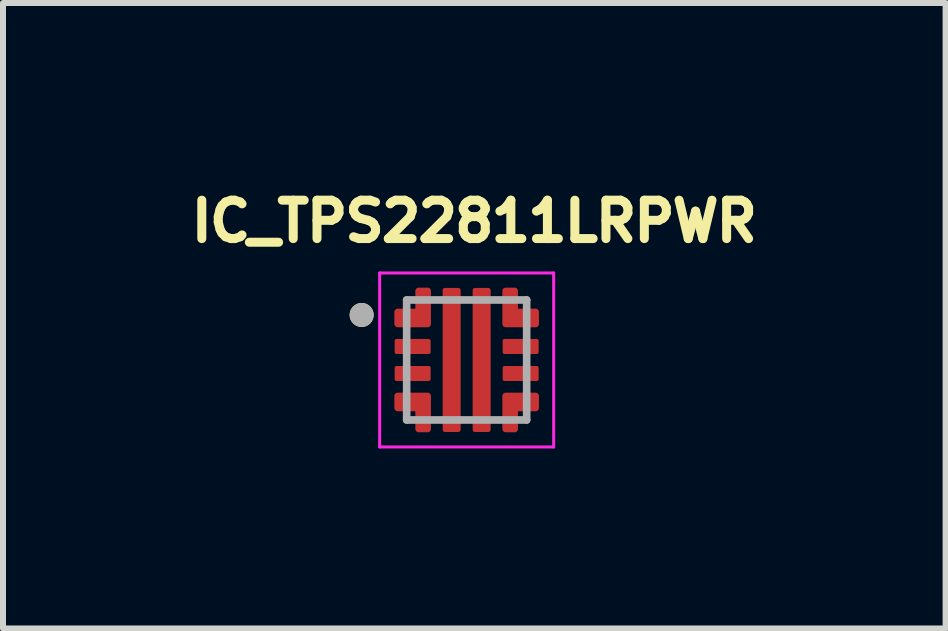
<source format=kicad_pcb>
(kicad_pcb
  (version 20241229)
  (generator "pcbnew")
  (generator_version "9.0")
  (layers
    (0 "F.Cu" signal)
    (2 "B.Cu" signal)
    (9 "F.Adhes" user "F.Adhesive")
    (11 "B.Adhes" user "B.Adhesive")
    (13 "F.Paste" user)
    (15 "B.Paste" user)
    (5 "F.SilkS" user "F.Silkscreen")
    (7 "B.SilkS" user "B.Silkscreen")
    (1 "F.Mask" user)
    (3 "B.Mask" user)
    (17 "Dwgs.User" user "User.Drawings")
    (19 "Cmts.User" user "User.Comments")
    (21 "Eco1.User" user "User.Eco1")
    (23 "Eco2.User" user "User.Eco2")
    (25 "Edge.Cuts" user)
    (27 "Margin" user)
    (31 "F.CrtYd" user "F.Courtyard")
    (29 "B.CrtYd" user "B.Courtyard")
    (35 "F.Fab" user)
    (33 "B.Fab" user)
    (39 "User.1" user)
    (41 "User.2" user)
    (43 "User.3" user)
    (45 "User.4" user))
  (footprint "IC_TPS22811LRPWR"
    (layer "F.Cu")
    (at 4.727 2.949)
    (property "Reference" "IC_TPS22811LRPWR" (at 0.127 -2.311 0) (layer "F.SilkS") (effects (font (size 0.64 0.64) (thickness 0.15))))
    (attr smd)
    (fp_poly (pts (xy -0.55 -0.3) (xy -0.55 -0.15) (xy -0.55 -0.145) (xy -0.551 -0.14) (xy -0.551 -0.134) (xy -0.552 -0.129) (xy -0.553 -0.124) (xy -0.555 -0.119) (xy -0.557 -0.114) (xy -0.559 -0.109) (xy -0.561 -0.105) (xy -0.563 -0.1) (xy -0.566 -0.096) (xy -0.569 -0.091) (xy -0.572 -0.087) (xy -0.576 -0.083) (xy -0.579 -0.079) (xy -0.583 -0.076) (xy -0.587 -0.072) (xy -0.591 -0.069) (xy -0.596 -0.066) (xy -0.6 -0.063) (xy -0.605 -0.061) (xy -0.609 -0.059) (xy -0.614 -0.057) (xy -0.619 -0.055) (xy -0.624 -0.053) (xy -0.629 -0.052) (xy -0.634 -0.051) (xy -0.64 -0.051) (xy -0.645 -0.05) (xy -0.65 -0.05) (xy -1.15 -0.05) (xy -1.155 -0.05) (xy -1.16 -0.051) (xy -1.166 -0.051) (xy -1.171 -0.052) (xy -1.176 -0.053) (xy -1.181 -0.055) (xy -1.186 -0.057) (xy -1.191 -0.059) (xy -1.195 -0.061) (xy -1.2 -0.063) (xy -1.204 -0.066) (xy -1.209 -0.069) (xy -1.213 -0.072) (xy -1.217 -0.076) (xy -1.221 -0.079) (xy -1.224 -0.083) (xy -1.228 -0.087) (xy -1.231 -0.091) (xy -1.234 -0.096) (xy -1.237 -0.1) (xy -1.239 -0.105) (xy -1.241 -0.109) (xy -1.243 -0.114) (xy -1.245 -0.119) (xy -1.247 -0.124) (xy -1.248 -0.129) (xy -1.249 -0.134) (xy -1.249 -0.14) (xy -1.25 -0.145) (xy -1.25 -0.15) (xy -1.25 -0.3) (xy -1.25 -0.305) (xy -1.249 -0.31) (xy -1.249 -0.316) (xy -1.248 -0.321) (xy -1.247 -0.326) (xy -1.245 -0.331) (xy -1.243 -0.336) (xy -1.241 -0.341) (xy -1.239 -0.345) (xy -1.237 -0.35) (xy -1.234 -0.354) (xy -1.231 -0.359) (xy -1.228 -0.363) (xy -1.224 -0.367) (xy -1.221 -0.371) (xy -1.217 -0.374) (xy -1.213 -0.378) (xy -1.209 -0.381) (xy -1.204 -0.384) (xy -1.2 -0.387) (xy -1.195 -0.389) (xy -1.191 -0.391) (xy -1.186 -0.393) (xy -1.181 -0.395) (xy -1.176 -0.397) (xy -1.171 -0.398) (xy -1.166 -0.399) (xy -1.16 -0.399) (xy -1.155 -0.4) (xy -1.15 -0.4) (xy -0.65 -0.4) (xy -0.645 -0.4) (xy -0.64 -0.399) (xy -0.634 -0.399) (xy -0.629 -0.398) (xy -0.624 -0.397) (xy -0.619 -0.395) (xy -0.614 -0.393) (xy -0.609 -0.391) (xy -0.605 -0.389) (xy -0.6 -0.387) (xy -0.596 -0.384) (xy -0.591 -0.381) (xy -0.587 -0.378) (xy -0.583 -0.374) (xy -0.579 -0.371) (xy -0.576 -0.367) (xy -0.572 -0.363) (xy -0.569 -0.359) (xy -0.566 -0.354) (xy -0.563 -0.35) (xy -0.561 -0.345) (xy -0.559 -0.341) (xy -0.557 -0.336) (xy -0.555 -0.331) (xy -0.553 -0.326) (xy -0.552 -0.321) (xy -0.551 -0.316) (xy -0.551 -0.31) (xy -0.55 -0.305) (xy -0.55 -0.3)) (stroke (width 0.01) (type solid)) (fill yes) (layer "F.Mask"))
    (fp_poly (pts (xy -0.55 0.15) (xy -0.55 0.3) (xy -0.55 0.305) (xy -0.551 0.31) (xy -0.551 0.316) (xy -0.552 0.321) (xy -0.553 0.326) (xy -0.555 0.331) (xy -0.557 0.336) (xy -0.559 0.341) (xy -0.561 0.345) (xy -0.563 0.35) (xy -0.566 0.354) (xy -0.569 0.359) (xy -0.572 0.363) (xy -0.576 0.367) (xy -0.579 0.371) (xy -0.583 0.374) (xy -0.587 0.378) (xy -0.591 0.381) (xy -0.596 0.384) (xy -0.6 0.387) (xy -0.605 0.389) (xy -0.609 0.391) (xy -0.614 0.393) (xy -0.619 0.395) (xy -0.624 0.397) (xy -0.629 0.398) (xy -0.634 0.399) (xy -0.64 0.399) (xy -0.645 0.4) (xy -0.65 0.4) (xy -1.15 0.4) (xy -1.155 0.4) (xy -1.16 0.399) (xy -1.166 0.399) (xy -1.171 0.398) (xy -1.176 0.397) (xy -1.181 0.395) (xy -1.186 0.393) (xy -1.191 0.391) (xy -1.195 0.389) (xy -1.2 0.387) (xy -1.204 0.384) (xy -1.209 0.381) (xy -1.213 0.378) (xy -1.217 0.374) (xy -1.221 0.371) (xy -1.224 0.367) (xy -1.228 0.363) (xy -1.231 0.359) (xy -1.234 0.354) (xy -1.237 0.35) (xy -1.239 0.345) (xy -1.241 0.341) (xy -1.243 0.336) (xy -1.245 0.331) (xy -1.247 0.326) (xy -1.248 0.321) (xy -1.249 0.316) (xy -1.249 0.31) (xy -1.25 0.305) (xy -1.25 0.3) (xy -1.25 0.15) (xy -1.25 0.145) (xy -1.249 0.14) (xy -1.249 0.134) (xy -1.248 0.129) (xy -1.247 0.124) (xy -1.245 0.119) (xy -1.243 0.114) (xy -1.241 0.109) (xy -1.239 0.105) (xy -1.237 0.1) (xy -1.234 0.096) (xy -1.231 0.091) (xy -1.228 0.087) (xy -1.224 0.083) (xy -1.221 0.079) (xy -1.217 0.076) (xy -1.213 0.072) (xy -1.209 0.069) (xy -1.204 0.066) (xy -1.2 0.063) (xy -1.195 0.061) (xy -1.191 0.059) (xy -1.186 0.057) (xy -1.181 0.055) (xy -1.176 0.053) (xy -1.171 0.052) (xy -1.166 0.051) (xy -1.16 0.051) (xy -1.155 0.05) (xy -1.15 0.05) (xy -0.65 0.05) (xy -0.645 0.05) (xy -0.64 0.051) (xy -0.634 0.051) (xy -0.629 0.052) (xy -0.624 0.053) (xy -0.619 0.055) (xy -0.614 0.057) (xy -0.609 0.059) (xy -0.605 0.061) (xy -0.6 0.063) (xy -0.596 0.066) (xy -0.591 0.069) (xy -0.587 0.072) (xy -0.583 0.076) (xy -0.579 0.079) (xy -0.576 0.083) (xy -0.572 0.087) (xy -0.569 0.091) (xy -0.566 0.096) (xy -0.563 0.1) (xy -0.561 0.105) (xy -0.559 0.109) (xy -0.557 0.114) (xy -0.555 0.119) (xy -0.553 0.124) (xy -0.552 0.129) (xy -0.551 0.134) (xy -0.551 0.14) (xy -0.55 0.145) (xy -0.55 0.15)) (stroke (width 0.01) (type solid)) (fill yes) (layer "F.Mask"))
    (fp_poly (pts (xy -0.05 -1.15) (xy -0.05 1.15) (xy -0.05 1.155) (xy -0.051 1.16) (xy -0.051 1.166) (xy -0.052 1.171) (xy -0.053 1.176) (xy -0.055 1.181) (xy -0.057 1.186) (xy -0.059 1.191) (xy -0.061 1.195) (xy -0.063 1.2) (xy -0.066 1.204) (xy -0.069 1.209) (xy -0.072 1.213) (xy -0.076 1.217) (xy -0.079 1.221) (xy -0.083 1.224) (xy -0.087 1.228) (xy -0.091 1.231) (xy -0.096 1.234) (xy -0.1 1.237) (xy -0.105 1.239) (xy -0.109 1.241) (xy -0.114 1.243) (xy -0.119 1.245) (xy -0.124 1.247) (xy -0.129 1.248) (xy -0.134 1.249) (xy -0.14 1.249) (xy -0.145 1.25) (xy -0.15 1.25) (xy -0.35 1.25) (xy -0.355 1.25) (xy -0.36 1.249) (xy -0.366 1.249) (xy -0.371 1.248) (xy -0.376 1.247) (xy -0.381 1.245) (xy -0.386 1.243) (xy -0.391 1.241) (xy -0.395 1.239) (xy -0.4 1.237) (xy -0.404 1.234) (xy -0.409 1.231) (xy -0.413 1.228) (xy -0.417 1.224) (xy -0.421 1.221) (xy -0.424 1.217) (xy -0.428 1.213) (xy -0.431 1.209) (xy -0.434 1.204) (xy -0.437 1.2) (xy -0.439 1.195) (xy -0.441 1.191) (xy -0.443 1.186) (xy -0.445 1.181) (xy -0.447 1.176) (xy -0.448 1.171) (xy -0.449 1.166) (xy -0.449 1.16) (xy -0.45 1.155) (xy -0.45 1.15) (xy -0.45 -1.15) (xy -0.45 -1.155) (xy -0.449 -1.16) (xy -0.449 -1.166) (xy -0.448 -1.171) (xy -0.447 -1.176) (xy -0.445 -1.181) (xy -0.443 -1.186) (xy -0.441 -1.191) (xy -0.439 -1.195) (xy -0.437 -1.2) (xy -0.434 -1.204) (xy -0.431 -1.209) (xy -0.428 -1.213) (xy -0.424 -1.217) (xy -0.421 -1.221) (xy -0.417 -1.224) (xy -0.413 -1.228) (xy -0.409 -1.231) (xy -0.404 -1.234) (xy -0.4 -1.237) (xy -0.395 -1.239) (xy -0.391 -1.241) (xy -0.386 -1.243) (xy -0.381 -1.245) (xy -0.376 -1.247) (xy -0.371 -1.248) (xy -0.366 -1.249) (xy -0.36 -1.249) (xy -0.355 -1.25) (xy -0.35 -1.25) (xy -0.15 -1.25) (xy -0.145 -1.25) (xy -0.14 -1.249) (xy -0.134 -1.249) (xy -0.129 -1.248) (xy -0.124 -1.247) (xy -0.119 -1.245) (xy -0.114 -1.243) (xy -0.109 -1.241) (xy -0.105 -1.239) (xy -0.1 -1.237) (xy -0.096 -1.234) (xy -0.091 -1.231) (xy -0.087 -1.228) (xy -0.083 -1.224) (xy -0.079 -1.221) (xy -0.076 -1.217) (xy -0.072 -1.213) (xy -0.069 -1.209) (xy -0.066 -1.204) (xy -0.063 -1.2) (xy -0.061 -1.195) (xy -0.059 -1.191) (xy -0.057 -1.186) (xy -0.055 -1.181) (xy -0.053 -1.176) (xy -0.052 -1.171) (xy -0.051 -1.166) (xy -0.051 -1.16) (xy -0.05 -1.155) (xy -0.05 -1.15)) (stroke (width 0.01) (type solid)) (fill yes) (layer "F.Mask"))
    (fp_poly (pts (xy 0.45 -1.15) (xy 0.45 1.15) (xy 0.45 1.155) (xy 0.449 1.16) (xy 0.449 1.166) (xy 0.448 1.171) (xy 0.447 1.176) (xy 0.445 1.181) (xy 0.443 1.186) (xy 0.441 1.191) (xy 0.439 1.195) (xy 0.437 1.2) (xy 0.434 1.204) (xy 0.431 1.209) (xy 0.428 1.213) (xy 0.424 1.217) (xy 0.421 1.221) (xy 0.417 1.224) (xy 0.413 1.228) (xy 0.409 1.231) (xy 0.404 1.234) (xy 0.4 1.237) (xy 0.395 1.239) (xy 0.391 1.241) (xy 0.386 1.243) (xy 0.381 1.245) (xy 0.376 1.247) (xy 0.371 1.248) (xy 0.366 1.249) (xy 0.36 1.249) (xy 0.355 1.25) (xy 0.35 1.25) (xy 0.15 1.25) (xy 0.145 1.25) (xy 0.14 1.249) (xy 0.134 1.249) (xy 0.129 1.248) (xy 0.124 1.247) (xy 0.119 1.245) (xy 0.114 1.243) (xy 0.109 1.241) (xy 0.105 1.239) (xy 0.1 1.237) (xy 0.096 1.234) (xy 0.091 1.231) (xy 0.087 1.228) (xy 0.083 1.224) (xy 0.079 1.221) (xy 0.076 1.217) (xy 0.072 1.213) (xy 0.069 1.209) (xy 0.066 1.204) (xy 0.063 1.2) (xy 0.061 1.195) (xy 0.059 1.191) (xy 0.057 1.186) (xy 0.055 1.181) (xy 0.053 1.176) (xy 0.052 1.171) (xy 0.051 1.166) (xy 0.051 1.16) (xy 0.05 1.155) (xy 0.05 1.15) (xy 0.05 -1.15) (xy 0.05 -1.155) (xy 0.051 -1.16) (xy 0.051 -1.166) (xy 0.052 -1.171) (xy 0.053 -1.176) (xy 0.055 -1.181) (xy 0.057 -1.186) (xy 0.059 -1.191) (xy 0.061 -1.195) (xy 0.063 -1.2) (xy 0.066 -1.204) (xy 0.069 -1.209) (xy 0.072 -1.213) (xy 0.076 -1.217) (xy 0.079 -1.221) (xy 0.083 -1.224) (xy 0.087 -1.228) (xy 0.091 -1.231) (xy 0.096 -1.234) (xy 0.1 -1.237) (xy 0.105 -1.239) (xy 0.109 -1.241) (xy 0.114 -1.243) (xy 0.119 -1.245) (xy 0.124 -1.247) (xy 0.129 -1.248) (xy 0.134 -1.249) (xy 0.14 -1.249) (xy 0.145 -1.25) (xy 0.15 -1.25) (xy 0.35 -1.25) (xy 0.355 -1.25) (xy 0.36 -1.249) (xy 0.366 -1.249) (xy 0.371 -1.248) (xy 0.376 -1.247) (xy 0.381 -1.245) (xy 0.386 -1.243) (xy 0.391 -1.241) (xy 0.395 -1.239) (xy 0.4 -1.237) (xy 0.404 -1.234) (xy 0.409 -1.231) (xy 0.413 -1.228) (xy 0.417 -1.224) (xy 0.421 -1.221) (xy 0.424 -1.217) (xy 0.428 -1.213) (xy 0.431 -1.209) (xy 0.434 -1.204) (xy 0.437 -1.2) (xy 0.439 -1.195) (xy 0.441 -1.191) (xy 0.443 -1.186) (xy 0.445 -1.181) (xy 0.447 -1.176) (xy 0.448 -1.171) (xy 0.449 -1.166) (xy 0.449 -1.16) (xy 0.45 -1.155) (xy 0.45 -1.15)) (stroke (width 0.01) (type solid)) (fill yes) (layer "F.Mask"))
    (fp_poly (pts (xy 0.55 -0.15) (xy 0.55 -0.3) (xy 0.55 -0.305) (xy 0.551 -0.31) (xy 0.551 -0.316) (xy 0.552 -0.321) (xy 0.553 -0.326) (xy 0.555 -0.331) (xy 0.557 -0.336) (xy 0.559 -0.341) (xy 0.561 -0.345) (xy 0.563 -0.35) (xy 0.566 -0.354) (xy 0.569 -0.359) (xy 0.572 -0.363) (xy 0.576 -0.367) (xy 0.579 -0.371) (xy 0.583 -0.374) (xy 0.587 -0.378) (xy 0.591 -0.381) (xy 0.596 -0.384) (xy 0.6 -0.387) (xy 0.605 -0.389) (xy 0.609 -0.391) (xy 0.614 -0.393) (xy 0.619 -0.395) (xy 0.624 -0.397) (xy 0.629 -0.398) (xy 0.634 -0.399) (xy 0.64 -0.399) (xy 0.645 -0.4) (xy 0.65 -0.4) (xy 1.15 -0.4) (xy 1.155 -0.4) (xy 1.16 -0.399) (xy 1.166 -0.399) (xy 1.171 -0.398) (xy 1.176 -0.397) (xy 1.181 -0.395) (xy 1.186 -0.393) (xy 1.191 -0.391) (xy 1.195 -0.389) (xy 1.2 -0.387) (xy 1.204 -0.384) (xy 1.209 -0.381) (xy 1.213 -0.378) (xy 1.217 -0.374) (xy 1.221 -0.371) (xy 1.224 -0.367) (xy 1.228 -0.363) (xy 1.231 -0.359) (xy 1.234 -0.354) (xy 1.237 -0.35) (xy 1.239 -0.345) (xy 1.241 -0.341) (xy 1.243 -0.336) (xy 1.245 -0.331) (xy 1.247 -0.326) (xy 1.248 -0.321) (xy 1.249 -0.316) (xy 1.249 -0.31) (xy 1.25 -0.305) (xy 1.25 -0.3) (xy 1.25 -0.15) (xy 1.25 -0.145) (xy 1.249 -0.14) (xy 1.249 -0.134) (xy 1.248 -0.129) (xy 1.247 -0.124) (xy 1.245 -0.119) (xy 1.243 -0.114) (xy 1.241 -0.109) (xy 1.239 -0.105) (xy 1.237 -0.1) (xy 1.234 -0.096) (xy 1.231 -0.091) (xy 1.228 -0.087) (xy 1.224 -0.083) (xy 1.221 -0.079) (xy 1.217 -0.076) (xy 1.213 -0.072) (xy 1.209 -0.069) (xy 1.204 -0.066) (xy 1.2 -0.063) (xy 1.195 -0.061) (xy 1.191 -0.059) (xy 1.186 -0.057) (xy 1.181 -0.055) (xy 1.176 -0.053) (xy 1.171 -0.052) (xy 1.166 -0.051) (xy 1.16 -0.051) (xy 1.155 -0.05) (xy 1.15 -0.05) (xy 0.65 -0.05) (xy 0.645 -0.05) (xy 0.64 -0.051) (xy 0.634 -0.051) (xy 0.629 -0.052) (xy 0.624 -0.053) (xy 0.619 -0.055) (xy 0.614 -0.057) (xy 0.609 -0.059) (xy 0.605 -0.061) (xy 0.6 -0.063) (xy 0.596 -0.066) (xy 0.591 -0.069) (xy 0.587 -0.072) (xy 0.583 -0.076) (xy 0.579 -0.079) (xy 0.576 -0.083) (xy 0.572 -0.087) (xy 0.569 -0.091) (xy 0.566 -0.096) (xy 0.563 -0.1) (xy 0.561 -0.105) (xy 0.559 -0.109) (xy 0.557 -0.114) (xy 0.555 -0.119) (xy 0.553 -0.124) (xy 0.552 -0.129) (xy 0.551 -0.134) (xy 0.551 -0.14) (xy 0.55 -0.145) (xy 0.55 -0.15)) (stroke (width 0.01) (type solid)) (fill yes) (layer "F.Mask"))
    (fp_poly (pts (xy 0.55 0.3) (xy 0.55 0.15) (xy 0.55 0.145) (xy 0.551 0.14) (xy 0.551 0.134) (xy 0.552 0.129) (xy 0.553 0.124) (xy 0.555 0.119) (xy 0.557 0.114) (xy 0.559 0.109) (xy 0.561 0.105) (xy 0.563 0.1) (xy 0.566 0.096) (xy 0.569 0.091) (xy 0.572 0.087) (xy 0.576 0.083) (xy 0.579 0.079) (xy 0.583 0.076) (xy 0.587 0.072) (xy 0.591 0.069) (xy 0.596 0.066) (xy 0.6 0.063) (xy 0.605 0.061) (xy 0.609 0.059) (xy 0.614 0.057) (xy 0.619 0.055) (xy 0.624 0.053) (xy 0.629 0.052) (xy 0.634 0.051) (xy 0.64 0.051) (xy 0.645 0.05) (xy 0.65 0.05) (xy 1.15 0.05) (xy 1.155 0.05) (xy 1.16 0.051) (xy 1.166 0.051) (xy 1.171 0.052) (xy 1.176 0.053) (xy 1.181 0.055) (xy 1.186 0.057) (xy 1.191 0.059) (xy 1.195 0.061) (xy 1.2 0.063) (xy 1.204 0.066) (xy 1.209 0.069) (xy 1.213 0.072) (xy 1.217 0.076) (xy 1.221 0.079) (xy 1.224 0.083) (xy 1.228 0.087) (xy 1.231 0.091) (xy 1.234 0.096) (xy 1.237 0.1) (xy 1.239 0.105) (xy 1.241 0.109) (xy 1.243 0.114) (xy 1.245 0.119) (xy 1.247 0.124) (xy 1.248 0.129) (xy 1.249 0.134) (xy 1.249 0.14) (xy 1.25 0.145) (xy 1.25 0.15) (xy 1.25 0.3) (xy 1.25 0.305) (xy 1.249 0.31) (xy 1.249 0.316) (xy 1.248 0.321) (xy 1.247 0.326) (xy 1.245 0.331) (xy 1.243 0.336) (xy 1.241 0.341) (xy 1.239 0.345) (xy 1.237 0.35) (xy 1.234 0.354) (xy 1.231 0.359) (xy 1.228 0.363) (xy 1.224 0.367) (xy 1.221 0.371) (xy 1.217 0.374) (xy 1.213 0.378) (xy 1.209 0.381) (xy 1.204 0.384) (xy 1.2 0.387) (xy 1.195 0.389) (xy 1.191 0.391) (xy 1.186 0.393) (xy 1.181 0.395) (xy 1.176 0.397) (xy 1.171 0.398) (xy 1.166 0.399) (xy 1.16 0.399) (xy 1.155 0.4) (xy 1.15 0.4) (xy 0.65 0.4) (xy 0.645 0.4) (xy 0.64 0.399) (xy 0.634 0.399) (xy 0.629 0.398) (xy 0.624 0.397) (xy 0.619 0.395) (xy 0.614 0.393) (xy 0.609 0.391) (xy 0.605 0.389) (xy 0.6 0.387) (xy 0.596 0.384) (xy 0.591 0.381) (xy 0.587 0.378) (xy 0.583 0.374) (xy 0.579 0.371) (xy 0.576 0.367) (xy 0.572 0.363) (xy 0.569 0.359) (xy 0.566 0.354) (xy 0.563 0.35) (xy 0.561 0.345) (xy 0.559 0.341) (xy 0.557 0.336) (xy 0.555 0.331) (xy 0.553 0.326) (xy 0.552 0.321) (xy 0.551 0.316) (xy 0.551 0.31) (xy 0.55 0.305) (xy 0.55 0.3)) (stroke (width 0.01) (type solid)) (fill yes) (layer "F.Mask"))
    (fp_poly (pts (xy -0.9 -0.9) (xy -1.15 -0.9) (xy -1.155 -0.9) (xy -1.16 -0.899) (xy -1.166 -0.899) (xy -1.171 -0.898) (xy -1.176 -0.897) (xy -1.181 -0.895) (xy -1.186 -0.893) (xy -1.191 -0.891) (xy -1.195 -0.889) (xy -1.2 -0.887) (xy -1.204 -0.884) (xy -1.209 -0.881) (xy -1.213 -0.878) (xy -1.217 -0.874) (xy -1.221 -0.871) (xy -1.224 -0.867) (xy -1.228 -0.863) (xy -1.231 -0.859) (xy -1.234 -0.854) (xy -1.237 -0.85) (xy -1.239 -0.845) (xy -1.241 -0.841) (xy -1.243 -0.836) (xy -1.245 -0.831) (xy -1.247 -0.826) (xy -1.248 -0.821) (xy -1.249 -0.816) (xy -1.249 -0.81) (xy -1.25 -0.805) (xy -1.25 -0.8) (xy -1.25 -0.6) (xy -1.25 -0.595) (xy -1.249 -0.59) (xy -1.249 -0.584) (xy -1.248 -0.579) (xy -1.247 -0.574) (xy -1.245 -0.569) (xy -1.243 -0.564) (xy -1.241 -0.559) (xy -1.239 -0.555) (xy -1.237 -0.55) (xy -1.234 -0.546) (xy -1.231 -0.541) (xy -1.228 -0.537) (xy -1.224 -0.533) (xy -1.221 -0.529) (xy -1.217 -0.526) (xy -1.213 -0.522) (xy -1.209 -0.519) (xy -1.204 -0.516) (xy -1.2 -0.513) (xy -1.195 -0.511) (xy -1.191 -0.509) (xy -1.186 -0.507) (xy -1.181 -0.505) (xy -1.176 -0.503) (xy -1.171 -0.502) (xy -1.166 -0.501) (xy -1.16 -0.501) (xy -1.155 -0.5) (xy -1.15 -0.5) (xy -0.65 -0.5) (xy -0.645 -0.5) (xy -0.64 -0.501) (xy -0.634 -0.501) (xy -0.629 -0.502) (xy -0.624 -0.503) (xy -0.619 -0.505) (xy -0.614 -0.507) (xy -0.609 -0.509) (xy -0.605 -0.511) (xy -0.6 -0.513) (xy -0.596 -0.516) (xy -0.591 -0.519) (xy -0.587 -0.522) (xy -0.583 -0.526) (xy -0.579 -0.529) (xy -0.576 -0.533) (xy -0.572 -0.537) (xy -0.569 -0.541) (xy -0.566 -0.546) (xy -0.563 -0.55) (xy -0.561 -0.555) (xy -0.559 -0.559) (xy -0.557 -0.564) (xy -0.555 -0.569) (xy -0.553 -0.574) (xy -0.552 -0.579) (xy -0.551 -0.584) (xy -0.551 -0.59) (xy -0.55 -0.595) (xy -0.55 -0.6) (xy -0.55 -1.15) (xy -0.55 -1.155) (xy -0.551 -1.16) (xy -0.551 -1.166) (xy -0.552 -1.171) (xy -0.553 -1.176) (xy -0.555 -1.181) (xy -0.557 -1.186) (xy -0.559 -1.191) (xy -0.561 -1.195) (xy -0.563 -1.2) (xy -0.566 -1.204) (xy -0.569 -1.209) (xy -0.572 -1.213) (xy -0.576 -1.217) (xy -0.579 -1.221) (xy -0.583 -1.224) (xy -0.587 -1.228) (xy -0.591 -1.231) (xy -0.596 -1.234) (xy -0.6 -1.237) (xy -0.605 -1.239) (xy -0.609 -1.241) (xy -0.614 -1.243) (xy -0.619 -1.245) (xy -0.624 -1.247) (xy -0.629 -1.248) (xy -0.634 -1.249) (xy -0.64 -1.249) (xy -0.645 -1.25) (xy -0.65 -1.25) (xy -0.8 -1.25) (xy -0.805 -1.25) (xy -0.81 -1.249) (xy -0.816 -1.249) (xy -0.821 -1.248) (xy -0.826 -1.247) (xy -0.831 -1.245) (xy -0.836 -1.243) (xy -0.841 -1.241) (xy -0.845 -1.239) (xy -0.85 -1.237) (xy -0.854 -1.234) (xy -0.859 -1.231) (xy -0.863 -1.228) (xy -0.867 -1.224) (xy -0.871 -1.221) (xy -0.874 -1.217) (xy -0.878 -1.213) (xy -0.881 -1.209) (xy -0.884 -1.204) (xy -0.887 -1.2) (xy -0.889 -1.195) (xy -0.891 -1.191) (xy -0.893 -1.186) (xy -0.895 -1.181) (xy -0.897 -1.176) (xy -0.898 -1.171) (xy -0.899 -1.166) (xy -0.899 -1.16) (xy -0.9 -1.155) (xy -0.9 -1.15) (xy -0.9 -0.9)) (stroke (width 0.01) (type solid)) (fill yes) (layer "F.Mask"))
    (fp_poly (pts (xy -0.9 0.9) (xy -1.15 0.9) (xy -1.155 0.9) (xy -1.16 0.899) (xy -1.166 0.899) (xy -1.171 0.898) (xy -1.176 0.897) (xy -1.181 0.895) (xy -1.186 0.893) (xy -1.191 0.891) (xy -1.195 0.889) (xy -1.2 0.887) (xy -1.204 0.884) (xy -1.209 0.881) (xy -1.213 0.878) (xy -1.217 0.874) (xy -1.221 0.871) (xy -1.224 0.867) (xy -1.228 0.863) (xy -1.231 0.859) (xy -1.234 0.854) (xy -1.237 0.85) (xy -1.239 0.845) (xy -1.241 0.841) (xy -1.243 0.836) (xy -1.245 0.831) (xy -1.247 0.826) (xy -1.248 0.821) (xy -1.249 0.816) (xy -1.249 0.81) (xy -1.25 0.805) (xy -1.25 0.8) (xy -1.25 0.6) (xy -1.25 0.595) (xy -1.249 0.59) (xy -1.249 0.584) (xy -1.248 0.579) (xy -1.247 0.574) (xy -1.245 0.569) (xy -1.243 0.564) (xy -1.241 0.559) (xy -1.239 0.555) (xy -1.237 0.55) (xy -1.234 0.546) (xy -1.231 0.541) (xy -1.228 0.537) (xy -1.224 0.533) (xy -1.221 0.529) (xy -1.217 0.526) (xy -1.213 0.522) (xy -1.209 0.519) (xy -1.204 0.516) (xy -1.2 0.513) (xy -1.195 0.511) (xy -1.191 0.509) (xy -1.186 0.507) (xy -1.181 0.505) (xy -1.176 0.503) (xy -1.171 0.502) (xy -1.166 0.501) (xy -1.16 0.501) (xy -1.155 0.5) (xy -1.15 0.5) (xy -0.65 0.5) (xy -0.645 0.5) (xy -0.64 0.501) (xy -0.634 0.501) (xy -0.629 0.502) (xy -0.624 0.503) (xy -0.619 0.505) (xy -0.614 0.507) (xy -0.609 0.509) (xy -0.605 0.511) (xy -0.6 0.513) (xy -0.596 0.516) (xy -0.591 0.519) (xy -0.587 0.522) (xy -0.583 0.526) (xy -0.579 0.529) (xy -0.576 0.533) (xy -0.572 0.537) (xy -0.569 0.541) (xy -0.566 0.546) (xy -0.563 0.55) (xy -0.561 0.555) (xy -0.559 0.559) (xy -0.557 0.564) (xy -0.555 0.569) (xy -0.553 0.574) (xy -0.552 0.579) (xy -0.551 0.584) (xy -0.551 0.59) (xy -0.55 0.595) (xy -0.55 0.6) (xy -0.55 1.15) (xy -0.55 1.155) (xy -0.551 1.16) (xy -0.551 1.166) (xy -0.552 1.171) (xy -0.553 1.176) (xy -0.555 1.181) (xy -0.557 1.186) (xy -0.559 1.191) (xy -0.561 1.195) (xy -0.563 1.2) (xy -0.566 1.204) (xy -0.569 1.209) (xy -0.572 1.213) (xy -0.576 1.217) (xy -0.579 1.221) (xy -0.583 1.224) (xy -0.587 1.228) (xy -0.591 1.231) (xy -0.596 1.234) (xy -0.6 1.237) (xy -0.605 1.239) (xy -0.609 1.241) (xy -0.614 1.243) (xy -0.619 1.245) (xy -0.624 1.247) (xy -0.629 1.248) (xy -0.634 1.249) (xy -0.64 1.249) (xy -0.645 1.25) (xy -0.65 1.25) (xy -0.8 1.25) (xy -0.805 1.25) (xy -0.81 1.249) (xy -0.816 1.249) (xy -0.821 1.248) (xy -0.826 1.247) (xy -0.831 1.245) (xy -0.836 1.243) (xy -0.841 1.241) (xy -0.845 1.239) (xy -0.85 1.237) (xy -0.854 1.234) (xy -0.859 1.231) (xy -0.863 1.228) (xy -0.867 1.224) (xy -0.871 1.221) (xy -0.874 1.217) (xy -0.878 1.213) (xy -0.881 1.209) (xy -0.884 1.204) (xy -0.887 1.2) (xy -0.889 1.195) (xy -0.891 1.191) (xy -0.893 1.186) (xy -0.895 1.181) (xy -0.897 1.176) (xy -0.898 1.171) (xy -0.899 1.166) (xy -0.899 1.16) (xy -0.9 1.155) (xy -0.9 1.15) (xy -0.9 0.9)) (stroke (width 0.01) (type solid)) (fill yes) (layer "F.Mask"))
    (fp_poly (pts (xy 0.9 -0.9) (xy 1.15 -0.9) (xy 1.155 -0.9) (xy 1.16 -0.899) (xy 1.166 -0.899) (xy 1.171 -0.898) (xy 1.176 -0.897) (xy 1.181 -0.895) (xy 1.186 -0.893) (xy 1.191 -0.891) (xy 1.195 -0.889) (xy 1.2 -0.887) (xy 1.204 -0.884) (xy 1.209 -0.881) (xy 1.213 -0.878) (xy 1.217 -0.874) (xy 1.221 -0.871) (xy 1.224 -0.867) (xy 1.228 -0.863) (xy 1.231 -0.859) (xy 1.234 -0.854) (xy 1.237 -0.85) (xy 1.239 -0.845) (xy 1.241 -0.841) (xy 1.243 -0.836) (xy 1.245 -0.831) (xy 1.247 -0.826) (xy 1.248 -0.821) (xy 1.249 -0.816) (xy 1.249 -0.81) (xy 1.25 -0.805) (xy 1.25 -0.8) (xy 1.25 -0.6) (xy 1.25 -0.595) (xy 1.249 -0.59) (xy 1.249 -0.584) (xy 1.248 -0.579) (xy 1.247 -0.574) (xy 1.245 -0.569) (xy 1.243 -0.564) (xy 1.241 -0.559) (xy 1.239 -0.555) (xy 1.237 -0.55) (xy 1.234 -0.546) (xy 1.231 -0.541) (xy 1.228 -0.537) (xy 1.224 -0.533) (xy 1.221 -0.529) (xy 1.217 -0.526) (xy 1.213 -0.522) (xy 1.209 -0.519) (xy 1.204 -0.516) (xy 1.2 -0.513) (xy 1.195 -0.511) (xy 1.191 -0.509) (xy 1.186 -0.507) (xy 1.181 -0.505) (xy 1.176 -0.503) (xy 1.171 -0.502) (xy 1.166 -0.501) (xy 1.16 -0.501) (xy 1.155 -0.5) (xy 1.15 -0.5) (xy 0.65 -0.5) (xy 0.645 -0.5) (xy 0.64 -0.501) (xy 0.634 -0.501) (xy 0.629 -0.502) (xy 0.624 -0.503) (xy 0.619 -0.505) (xy 0.614 -0.507) (xy 0.609 -0.509) (xy 0.605 -0.511) (xy 0.6 -0.513) (xy 0.596 -0.516) (xy 0.591 -0.519) (xy 0.587 -0.522) (xy 0.583 -0.526) (xy 0.579 -0.529) (xy 0.576 -0.533) (xy 0.572 -0.537) (xy 0.569 -0.541) (xy 0.566 -0.546) (xy 0.563 -0.55) (xy 0.561 -0.555) (xy 0.559 -0.559) (xy 0.557 -0.564) (xy 0.555 -0.569) (xy 0.553 -0.574) (xy 0.552 -0.579) (xy 0.551 -0.584) (xy 0.551 -0.59) (xy 0.55 -0.595) (xy 0.55 -0.6) (xy 0.55 -1.15) (xy 0.55 -1.155) (xy 0.551 -1.16) (xy 0.551 -1.166) (xy 0.552 -1.171) (xy 0.553 -1.176) (xy 0.555 -1.181) (xy 0.557 -1.186) (xy 0.559 -1.191) (xy 0.561 -1.195) (xy 0.563 -1.2) (xy 0.566 -1.204) (xy 0.569 -1.209) (xy 0.572 -1.213) (xy 0.576 -1.217) (xy 0.579 -1.221) (xy 0.583 -1.224) (xy 0.587 -1.228) (xy 0.591 -1.231) (xy 0.596 -1.234) (xy 0.6 -1.237) (xy 0.605 -1.239) (xy 0.609 -1.241) (xy 0.614 -1.243) (xy 0.619 -1.245) (xy 0.624 -1.247) (xy 0.629 -1.248) (xy 0.634 -1.249) (xy 0.64 -1.249) (xy 0.645 -1.25) (xy 0.65 -1.25) (xy 0.8 -1.25) (xy 0.805 -1.25) (xy 0.81 -1.249) (xy 0.816 -1.249) (xy 0.821 -1.248) (xy 0.826 -1.247) (xy 0.831 -1.245) (xy 0.836 -1.243) (xy 0.841 -1.241) (xy 0.845 -1.239) (xy 0.85 -1.237) (xy 0.854 -1.234) (xy 0.859 -1.231) (xy 0.863 -1.228) (xy 0.867 -1.224) (xy 0.871 -1.221) (xy 0.874 -1.217) (xy 0.878 -1.213) (xy 0.881 -1.209) (xy 0.884 -1.204) (xy 0.887 -1.2) (xy 0.889 -1.195) (xy 0.891 -1.191) (xy 0.893 -1.186) (xy 0.895 -1.181) (xy 0.897 -1.176) (xy 0.898 -1.171) (xy 0.899 -1.166) (xy 0.899 -1.16) (xy 0.9 -1.155) (xy 0.9 -1.15) (xy 0.9 -0.9)) (stroke (width 0.01) (type solid)) (fill yes) (layer "F.Mask"))
    (fp_poly (pts (xy 0.9 0.9) (xy 1.15 0.9) (xy 1.155 0.9) (xy 1.16 0.899) (xy 1.166 0.899) (xy 1.171 0.898) (xy 1.176 0.897) (xy 1.181 0.895) (xy 1.186 0.893) (xy 1.191 0.891) (xy 1.195 0.889) (xy 1.2 0.887) (xy 1.204 0.884) (xy 1.209 0.881) (xy 1.213 0.878) (xy 1.217 0.874) (xy 1.221 0.871) (xy 1.224 0.867) (xy 1.228 0.863) (xy 1.231 0.859) (xy 1.234 0.854) (xy 1.237 0.85) (xy 1.239 0.845) (xy 1.241 0.841) (xy 1.243 0.836) (xy 1.245 0.831) (xy 1.247 0.826) (xy 1.248 0.821) (xy 1.249 0.816) (xy 1.249 0.81) (xy 1.25 0.805) (xy 1.25 0.8) (xy 1.25 0.6) (xy 1.25 0.595) (xy 1.249 0.59) (xy 1.249 0.584) (xy 1.248 0.579) (xy 1.247 0.574) (xy 1.245 0.569) (xy 1.243 0.564) (xy 1.241 0.559) (xy 1.239 0.555) (xy 1.237 0.55) (xy 1.234 0.546) (xy 1.231 0.541) (xy 1.228 0.537) (xy 1.224 0.533) (xy 1.221 0.529) (xy 1.217 0.526) (xy 1.213 0.522) (xy 1.209 0.519) (xy 1.204 0.516) (xy 1.2 0.513) (xy 1.195 0.511) (xy 1.191 0.509) (xy 1.186 0.507) (xy 1.181 0.505) (xy 1.176 0.503) (xy 1.171 0.502) (xy 1.166 0.501) (xy 1.16 0.501) (xy 1.155 0.5) (xy 1.15 0.5) (xy 0.65 0.5) (xy 0.645 0.5) (xy 0.64 0.501) (xy 0.634 0.501) (xy 0.629 0.502) (xy 0.624 0.503) (xy 0.619 0.505) (xy 0.614 0.507) (xy 0.609 0.509) (xy 0.605 0.511) (xy 0.6 0.513) (xy 0.596 0.516) (xy 0.591 0.519) (xy 0.587 0.522) (xy 0.583 0.526) (xy 0.579 0.529) (xy 0.576 0.533) (xy 0.572 0.537) (xy 0.569 0.541) (xy 0.566 0.546) (xy 0.563 0.55) (xy 0.561 0.555) (xy 0.559 0.559) (xy 0.557 0.564) (xy 0.555 0.569) (xy 0.553 0.574) (xy 0.552 0.579) (xy 0.551 0.584) (xy 0.551 0.59) (xy 0.55 0.595) (xy 0.55 0.6) (xy 0.55 1.15) (xy 0.55 1.155) (xy 0.551 1.16) (xy 0.551 1.166) (xy 0.552 1.171) (xy 0.553 1.176) (xy 0.555 1.181) (xy 0.557 1.186) (xy 0.559 1.191) (xy 0.561 1.195) (xy 0.563 1.2) (xy 0.566 1.204) (xy 0.569 1.209) (xy 0.572 1.213) (xy 0.576 1.217) (xy 0.579 1.221) (xy 0.583 1.224) (xy 0.587 1.228) (xy 0.591 1.231) (xy 0.596 1.234) (xy 0.6 1.237) (xy 0.605 1.239) (xy 0.609 1.241) (xy 0.614 1.243) (xy 0.619 1.245) (xy 0.624 1.247) (xy 0.629 1.248) (xy 0.634 1.249) (xy 0.64 1.249) (xy 0.645 1.25) (xy 0.65 1.25) (xy 0.8 1.25) (xy 0.805 1.25) (xy 0.81 1.249) (xy 0.816 1.249) (xy 0.821 1.248) (xy 0.826 1.247) (xy 0.831 1.245) (xy 0.836 1.243) (xy 0.841 1.241) (xy 0.845 1.239) (xy 0.85 1.237) (xy 0.854 1.234) (xy 0.859 1.231) (xy 0.863 1.228) (xy 0.867 1.224) (xy 0.871 1.221) (xy 0.874 1.217) (xy 0.878 1.213) (xy 0.881 1.209) (xy 0.884 1.204) (xy 0.887 1.2) (xy 0.889 1.195) (xy 0.891 1.191) (xy 0.893 1.186) (xy 0.895 1.181) (xy 0.897 1.176) (xy 0.898 1.171) (xy 0.899 1.166) (xy 0.899 1.16) (xy 0.9 1.155) (xy 0.9 1.15) (xy 0.9 0.9)) (stroke (width 0.01) (type solid)) (fill yes) (layer "F.Mask"))
    (fp_circle (center -1.75 -0.75) (end -1.65 -0.75) (stroke (width 0.2) (type solid)) (fill no) (layer "F.SilkS"))
    (fp_poly (pts (xy -1.15 -0.35) (xy -0.65 -0.35) (xy -0.647 -0.35) (xy -0.645 -0.35) (xy -0.642 -0.349) (xy -0.64 -0.349) (xy -0.637 -0.348) (xy -0.635 -0.348) (xy -0.632 -0.347) (xy -0.63 -0.346) (xy -0.627 -0.345) (xy -0.625 -0.343) (xy -0.623 -0.342) (xy -0.621 -0.34) (xy -0.619 -0.339) (xy -0.617 -0.337) (xy -0.615 -0.335) (xy -0.613 -0.333) (xy -0.611 -0.331) (xy -0.61 -0.329) (xy -0.608 -0.327) (xy -0.607 -0.325) (xy -0.605 -0.323) (xy -0.604 -0.32) (xy -0.603 -0.318) (xy -0.602 -0.315) (xy -0.602 -0.313) (xy -0.601 -0.31) (xy -0.601 -0.308) (xy -0.6 -0.305) (xy -0.6 -0.303) (xy -0.6 -0.3) (xy -0.6 -0.15) (xy -0.6 -0.147) (xy -0.6 -0.145) (xy -0.601 -0.142) (xy -0.601 -0.14) (xy -0.602 -0.137) (xy -0.602 -0.135) (xy -0.603 -0.132) (xy -0.604 -0.13) (xy -0.605 -0.127) (xy -0.607 -0.125) (xy -0.608 -0.123) (xy -0.61 -0.121) (xy -0.611 -0.119) (xy -0.613 -0.117) (xy -0.615 -0.115) (xy -0.617 -0.113) (xy -0.619 -0.111) (xy -0.621 -0.11) (xy -0.623 -0.108) (xy -0.625 -0.107) (xy -0.627 -0.105) (xy -0.63 -0.104) (xy -0.632 -0.103) (xy -0.635 -0.102) (xy -0.637 -0.102) (xy -0.64 -0.101) (xy -0.642 -0.101) (xy -0.645 -0.1) (xy -0.647 -0.1) (xy -0.65 -0.1) (xy -1.15 -0.1) (xy -1.153 -0.1) (xy -1.155 -0.1) (xy -1.158 -0.101) (xy -1.16 -0.101) (xy -1.163 -0.102) (xy -1.165 -0.102) (xy -1.168 -0.103) (xy -1.17 -0.104) (xy -1.173 -0.105) (xy -1.175 -0.107) (xy -1.177 -0.108) (xy -1.179 -0.11) (xy -1.181 -0.111) (xy -1.183 -0.113) (xy -1.185 -0.115) (xy -1.187 -0.117) (xy -1.189 -0.119) (xy -1.19 -0.121) (xy -1.192 -0.123) (xy -1.193 -0.125) (xy -1.195 -0.127) (xy -1.196 -0.13) (xy -1.197 -0.132) (xy -1.198 -0.135) (xy -1.198 -0.137) (xy -1.199 -0.14) (xy -1.199 -0.142) (xy -1.2 -0.145) (xy -1.2 -0.147) (xy -1.2 -0.15) (xy -1.2 -0.3) (xy -1.2 -0.303) (xy -1.2 -0.305) (xy -1.199 -0.308) (xy -1.199 -0.31) (xy -1.198 -0.313) (xy -1.198 -0.315) (xy -1.197 -0.318) (xy -1.196 -0.32) (xy -1.195 -0.323) (xy -1.193 -0.325) (xy -1.192 -0.327) (xy -1.19 -0.329) (xy -1.189 -0.331) (xy -1.187 -0.333) (xy -1.185 -0.335) (xy -1.183 -0.337) (xy -1.181 -0.339) (xy -1.179 -0.34) (xy -1.177 -0.342) (xy -1.175 -0.343) (xy -1.173 -0.345) (xy -1.17 -0.346) (xy -1.168 -0.347) (xy -1.165 -0.348) (xy -1.163 -0.348) (xy -1.16 -0.349) (xy -1.158 -0.349) (xy -1.155 -0.35) (xy -1.153 -0.35) (xy -1.15 -0.35)) (stroke (width 0.01) (type solid)) (fill yes) (layer "F.Paste"))
    (fp_poly (pts (xy -1.15 0.1) (xy -0.65 0.1) (xy -0.647 0.1) (xy -0.645 0.1) (xy -0.642 0.101) (xy -0.64 0.101) (xy -0.637 0.102) (xy -0.635 0.102) (xy -0.632 0.103) (xy -0.63 0.104) (xy -0.627 0.105) (xy -0.625 0.107) (xy -0.623 0.108) (xy -0.621 0.11) (xy -0.619 0.111) (xy -0.617 0.113) (xy -0.615 0.115) (xy -0.613 0.117) (xy -0.611 0.119) (xy -0.61 0.121) (xy -0.608 0.123) (xy -0.607 0.125) (xy -0.605 0.127) (xy -0.604 0.13) (xy -0.603 0.132) (xy -0.602 0.135) (xy -0.602 0.137) (xy -0.601 0.14) (xy -0.601 0.142) (xy -0.6 0.145) (xy -0.6 0.147) (xy -0.6 0.15) (xy -0.6 0.3) (xy -0.6 0.303) (xy -0.6 0.305) (xy -0.601 0.308) (xy -0.601 0.31) (xy -0.602 0.313) (xy -0.602 0.315) (xy -0.603 0.318) (xy -0.604 0.32) (xy -0.605 0.323) (xy -0.607 0.325) (xy -0.608 0.327) (xy -0.61 0.329) (xy -0.611 0.331) (xy -0.613 0.333) (xy -0.615 0.335) (xy -0.617 0.337) (xy -0.619 0.339) (xy -0.621 0.34) (xy -0.623 0.342) (xy -0.625 0.343) (xy -0.627 0.345) (xy -0.63 0.346) (xy -0.632 0.347) (xy -0.635 0.348) (xy -0.637 0.348) (xy -0.64 0.349) (xy -0.642 0.349) (xy -0.645 0.35) (xy -0.647 0.35) (xy -0.65 0.35) (xy -1.15 0.35) (xy -1.153 0.35) (xy -1.155 0.35) (xy -1.158 0.349) (xy -1.16 0.349) (xy -1.163 0.348) (xy -1.165 0.348) (xy -1.168 0.347) (xy -1.17 0.346) (xy -1.173 0.345) (xy -1.175 0.343) (xy -1.177 0.342) (xy -1.179 0.34) (xy -1.181 0.339) (xy -1.183 0.337) (xy -1.185 0.335) (xy -1.187 0.333) (xy -1.189 0.331) (xy -1.19 0.329) (xy -1.192 0.327) (xy -1.193 0.325) (xy -1.195 0.323) (xy -1.196 0.32) (xy -1.197 0.318) (xy -1.198 0.315) (xy -1.198 0.313) (xy -1.199 0.31) (xy -1.199 0.308) (xy -1.2 0.305) (xy -1.2 0.303) (xy -1.2 0.3) (xy -1.2 0.15) (xy -1.2 0.147) (xy -1.2 0.145) (xy -1.199 0.142) (xy -1.199 0.14) (xy -1.198 0.137) (xy -1.198 0.135) (xy -1.197 0.132) (xy -1.196 0.13) (xy -1.195 0.127) (xy -1.193 0.125) (xy -1.192 0.123) (xy -1.19 0.121) (xy -1.189 0.119) (xy -1.187 0.117) (xy -1.185 0.115) (xy -1.183 0.113) (xy -1.181 0.111) (xy -1.179 0.11) (xy -1.177 0.108) (xy -1.175 0.107) (xy -1.173 0.105) (xy -1.17 0.104) (xy -1.168 0.103) (xy -1.165 0.102) (xy -1.163 0.102) (xy -1.16 0.101) (xy -1.158 0.101) (xy -1.155 0.1) (xy -1.153 0.1) (xy -1.15 0.1)) (stroke (width 0.01) (type solid)) (fill yes) (layer "F.Paste"))
    (fp_poly (pts (xy -0.39 -0.15) (xy -0.39 -1.11) (xy -0.39 -1.113) (xy -0.39 -1.115) (xy -0.389 -1.118) (xy -0.389 -1.12) (xy -0.388 -1.123) (xy -0.388 -1.125) (xy -0.387 -1.128) (xy -0.386 -1.13) (xy -0.385 -1.133) (xy -0.383 -1.135) (xy -0.382 -1.137) (xy -0.38 -1.139) (xy -0.379 -1.141) (xy -0.377 -1.143) (xy -0.375 -1.145) (xy -0.373 -1.147) (xy -0.371 -1.149) (xy -0.369 -1.15) (xy -0.367 -1.152) (xy -0.365 -1.153) (xy -0.363 -1.155) (xy -0.36 -1.156) (xy -0.358 -1.157) (xy -0.355 -1.158) (xy -0.353 -1.158) (xy -0.35 -1.159) (xy -0.348 -1.159) (xy -0.345 -1.16) (xy -0.343 -1.16) (xy -0.34 -1.16) (xy -0.16 -1.16) (xy -0.157 -1.16) (xy -0.155 -1.16) (xy -0.152 -1.159) (xy -0.15 -1.159) (xy -0.147 -1.158) (xy -0.145 -1.158) (xy -0.142 -1.157) (xy -0.14 -1.156) (xy -0.137 -1.155) (xy -0.135 -1.153) (xy -0.133 -1.152) (xy -0.131 -1.15) (xy -0.129 -1.149) (xy -0.127 -1.147) (xy -0.125 -1.145) (xy -0.123 -1.143) (xy -0.121 -1.141) (xy -0.12 -1.139) (xy -0.118 -1.137) (xy -0.117 -1.135) (xy -0.115 -1.133) (xy -0.114 -1.13) (xy -0.113 -1.128) (xy -0.112 -1.125) (xy -0.112 -1.123) (xy -0.111 -1.12) (xy -0.111 -1.118) (xy -0.11 -1.115) (xy -0.11 -1.113) (xy -0.11 -1.11) (xy -0.11 -0.15) (xy -0.11 -0.147) (xy -0.11 -0.145) (xy -0.111 -0.142) (xy -0.111 -0.14) (xy -0.112 -0.137) (xy -0.112 -0.135) (xy -0.113 -0.132) (xy -0.114 -0.13) (xy -0.115 -0.127) (xy -0.117 -0.125) (xy -0.118 -0.123) (xy -0.12 -0.121) (xy -0.121 -0.119) (xy -0.123 -0.117) (xy -0.125 -0.115) (xy -0.127 -0.113) (xy -0.129 -0.111) (xy -0.131 -0.11) (xy -0.133 -0.108) (xy -0.135 -0.107) (xy -0.137 -0.105) (xy -0.14 -0.104) (xy -0.142 -0.103) (xy -0.145 -0.102) (xy -0.147 -0.102) (xy -0.15 -0.101) (xy -0.152 -0.101) (xy -0.155 -0.1) (xy -0.157 -0.1) (xy -0.16 -0.1) (xy -0.34 -0.1) (xy -0.343 -0.1) (xy -0.345 -0.1) (xy -0.348 -0.101) (xy -0.35 -0.101) (xy -0.353 -0.102) (xy -0.355 -0.102) (xy -0.358 -0.103) (xy -0.36 -0.104) (xy -0.363 -0.105) (xy -0.365 -0.107) (xy -0.367 -0.108) (xy -0.369 -0.11) (xy -0.371 -0.111) (xy -0.373 -0.113) (xy -0.375 -0.115) (xy -0.377 -0.117) (xy -0.379 -0.119) (xy -0.38 -0.121) (xy -0.382 -0.123) (xy -0.383 -0.125) (xy -0.385 -0.127) (xy -0.386 -0.13) (xy -0.387 -0.132) (xy -0.388 -0.135) (xy -0.388 -0.137) (xy -0.389 -0.14) (xy -0.389 -0.142) (xy -0.39 -0.145) (xy -0.39 -0.147) (xy -0.39 -0.15)) (stroke (width 0.01) (type solid)) (fill yes) (layer "F.Paste"))
    (fp_poly (pts (xy -0.11 0.15) (xy -0.11 1.11) (xy -0.11 1.113) (xy -0.11 1.115) (xy -0.111 1.118) (xy -0.111 1.12) (xy -0.112 1.123) (xy -0.112 1.125) (xy -0.113 1.128) (xy -0.114 1.13) (xy -0.115 1.133) (xy -0.117 1.135) (xy -0.118 1.137) (xy -0.12 1.139) (xy -0.121 1.141) (xy -0.123 1.143) (xy -0.125 1.145) (xy -0.127 1.147) (xy -0.129 1.149) (xy -0.131 1.15) (xy -0.133 1.152) (xy -0.135 1.153) (xy -0.137 1.155) (xy -0.14 1.156) (xy -0.142 1.157) (xy -0.145 1.158) (xy -0.147 1.158) (xy -0.15 1.159) (xy -0.152 1.159) (xy -0.155 1.16) (xy -0.157 1.16) (xy -0.16 1.16) (xy -0.34 1.16) (xy -0.343 1.16) (xy -0.345 1.16) (xy -0.348 1.159) (xy -0.35 1.159) (xy -0.353 1.158) (xy -0.355 1.158) (xy -0.358 1.157) (xy -0.36 1.156) (xy -0.363 1.155) (xy -0.365 1.153) (xy -0.367 1.152) (xy -0.369 1.15) (xy -0.371 1.149) (xy -0.373 1.147) (xy -0.375 1.145) (xy -0.377 1.143) (xy -0.379 1.141) (xy -0.38 1.139) (xy -0.382 1.137) (xy -0.383 1.135) (xy -0.385 1.133) (xy -0.386 1.13) (xy -0.387 1.128) (xy -0.388 1.125) (xy -0.388 1.123) (xy -0.389 1.12) (xy -0.389 1.118) (xy -0.39 1.115) (xy -0.39 1.113) (xy -0.39 1.11) (xy -0.39 0.15) (xy -0.39 0.147) (xy -0.39 0.145) (xy -0.389 0.142) (xy -0.389 0.14) (xy -0.388 0.137) (xy -0.388 0.135) (xy -0.387 0.132) (xy -0.386 0.13) (xy -0.385 0.127) (xy -0.383 0.125) (xy -0.382 0.123) (xy -0.38 0.121) (xy -0.379 0.119) (xy -0.377 0.117) (xy -0.375 0.115) (xy -0.373 0.113) (xy -0.371 0.111) (xy -0.369 0.11) (xy -0.367 0.108) (xy -0.365 0.107) (xy -0.363 0.105) (xy -0.36 0.104) (xy -0.358 0.103) (xy -0.355 0.102) (xy -0.353 0.102) (xy -0.35 0.101) (xy -0.348 0.101) (xy -0.345 0.1) (xy -0.343 0.1) (xy -0.34 0.1) (xy -0.16 0.1) (xy -0.157 0.1) (xy -0.155 0.1) (xy -0.152 0.101) (xy -0.15 0.101) (xy -0.147 0.102) (xy -0.145 0.102) (xy -0.142 0.103) (xy -0.14 0.104) (xy -0.137 0.105) (xy -0.135 0.107) (xy -0.133 0.108) (xy -0.131 0.11) (xy -0.129 0.111) (xy -0.127 0.113) (xy -0.125 0.115) (xy -0.123 0.117) (xy -0.121 0.119) (xy -0.12 0.121) (xy -0.118 0.123) (xy -0.117 0.125) (xy -0.115 0.127) (xy -0.114 0.13) (xy -0.113 0.132) (xy -0.112 0.135) (xy -0.112 0.137) (xy -0.111 0.14) (xy -0.111 0.142) (xy -0.11 0.145) (xy -0.11 0.147) (xy -0.11 0.15)) (stroke (width 0.01) (type solid)) (fill yes) (layer "F.Paste"))
    (fp_poly (pts (xy 0.11 -0.15) (xy 0.11 -1.11) (xy 0.11 -1.113) (xy 0.11 -1.115) (xy 0.111 -1.118) (xy 0.111 -1.12) (xy 0.112 -1.123) (xy 0.112 -1.125) (xy 0.113 -1.128) (xy 0.114 -1.13) (xy 0.115 -1.133) (xy 0.117 -1.135) (xy 0.118 -1.137) (xy 0.12 -1.139) (xy 0.121 -1.141) (xy 0.123 -1.143) (xy 0.125 -1.145) (xy 0.127 -1.147) (xy 0.129 -1.149) (xy 0.131 -1.15) (xy 0.133 -1.152) (xy 0.135 -1.153) (xy 0.137 -1.155) (xy 0.14 -1.156) (xy 0.142 -1.157) (xy 0.145 -1.158) (xy 0.147 -1.158) (xy 0.15 -1.159) (xy 0.152 -1.159) (xy 0.155 -1.16) (xy 0.157 -1.16) (xy 0.16 -1.16) (xy 0.34 -1.16) (xy 0.343 -1.16) (xy 0.345 -1.16) (xy 0.348 -1.159) (xy 0.35 -1.159) (xy 0.353 -1.158) (xy 0.355 -1.158) (xy 0.358 -1.157) (xy 0.36 -1.156) (xy 0.363 -1.155) (xy 0.365 -1.153) (xy 0.367 -1.152) (xy 0.369 -1.15) (xy 0.371 -1.149) (xy 0.373 -1.147) (xy 0.375 -1.145) (xy 0.377 -1.143) (xy 0.379 -1.141) (xy 0.38 -1.139) (xy 0.382 -1.137) (xy 0.383 -1.135) (xy 0.385 -1.133) (xy 0.386 -1.13) (xy 0.387 -1.128) (xy 0.388 -1.125) (xy 0.388 -1.123) (xy 0.389 -1.12) (xy 0.389 -1.118) (xy 0.39 -1.115) (xy 0.39 -1.113) (xy 0.39 -1.11) (xy 0.39 -0.15) (xy 0.39 -0.147) (xy 0.39 -0.145) (xy 0.389 -0.142) (xy 0.389 -0.14) (xy 0.388 -0.137) (xy 0.388 -0.135) (xy 0.387 -0.132) (xy 0.386 -0.13) (xy 0.385 -0.127) (xy 0.383 -0.125) (xy 0.382 -0.123) (xy 0.38 -0.121) (xy 0.379 -0.119) (xy 0.377 -0.117) (xy 0.375 -0.115) (xy 0.373 -0.113) (xy 0.371 -0.111) (xy 0.369 -0.11) (xy 0.367 -0.108) (xy 0.365 -0.107) (xy 0.363 -0.105) (xy 0.36 -0.104) (xy 0.358 -0.103) (xy 0.355 -0.102) (xy 0.353 -0.102) (xy 0.35 -0.101) (xy 0.348 -0.101) (xy 0.345 -0.1) (xy 0.343 -0.1) (xy 0.34 -0.1) (xy 0.16 -0.1) (xy 0.157 -0.1) (xy 0.155 -0.1) (xy 0.152 -0.101) (xy 0.15 -0.101) (xy 0.147 -0.102) (xy 0.145 -0.102) (xy 0.142 -0.103) (xy 0.14 -0.104) (xy 0.137 -0.105) (xy 0.135 -0.107) (xy 0.133 -0.108) (xy 0.131 -0.11) (xy 0.129 -0.111) (xy 0.127 -0.113) (xy 0.125 -0.115) (xy 0.123 -0.117) (xy 0.121 -0.119) (xy 0.12 -0.121) (xy 0.118 -0.123) (xy 0.117 -0.125) (xy 0.115 -0.127) (xy 0.114 -0.13) (xy 0.113 -0.132) (xy 0.112 -0.135) (xy 0.112 -0.137) (xy 0.111 -0.14) (xy 0.111 -0.142) (xy 0.11 -0.145) (xy 0.11 -0.147) (xy 0.11 -0.15)) (stroke (width 0.01) (type solid)) (fill yes) (layer "F.Paste"))
    (fp_poly (pts (xy 0.39 0.15) (xy 0.39 1.11) (xy 0.39 1.113) (xy 0.39 1.115) (xy 0.389 1.118) (xy 0.389 1.12) (xy 0.388 1.123) (xy 0.388 1.125) (xy 0.387 1.128) (xy 0.386 1.13) (xy 0.385 1.133) (xy 0.383 1.135) (xy 0.382 1.137) (xy 0.38 1.139) (xy 0.379 1.141) (xy 0.377 1.143) (xy 0.375 1.145) (xy 0.373 1.147) (xy 0.371 1.149) (xy 0.369 1.15) (xy 0.367 1.152) (xy 0.365 1.153) (xy 0.363 1.155) (xy 0.36 1.156) (xy 0.358 1.157) (xy 0.355 1.158) (xy 0.353 1.158) (xy 0.35 1.159) (xy 0.348 1.159) (xy 0.345 1.16) (xy 0.343 1.16) (xy 0.34 1.16) (xy 0.16 1.16) (xy 0.157 1.16) (xy 0.155 1.16) (xy 0.152 1.159) (xy 0.15 1.159) (xy 0.147 1.158) (xy 0.145 1.158) (xy 0.142 1.157) (xy 0.14 1.156) (xy 0.137 1.155) (xy 0.135 1.153) (xy 0.133 1.152) (xy 0.131 1.15) (xy 0.129 1.149) (xy 0.127 1.147) (xy 0.125 1.145) (xy 0.123 1.143) (xy 0.121 1.141) (xy 0.12 1.139) (xy 0.118 1.137) (xy 0.117 1.135) (xy 0.115 1.133) (xy 0.114 1.13) (xy 0.113 1.128) (xy 0.112 1.125) (xy 0.112 1.123) (xy 0.111 1.12) (xy 0.111 1.118) (xy 0.11 1.115) (xy 0.11 1.113) (xy 0.11 1.11) (xy 0.11 0.15) (xy 0.11 0.147) (xy 0.11 0.145) (xy 0.111 0.142) (xy 0.111 0.14) (xy 0.112 0.137) (xy 0.112 0.135) (xy 0.113 0.132) (xy 0.114 0.13) (xy 0.115 0.127) (xy 0.117 0.125) (xy 0.118 0.123) (xy 0.12 0.121) (xy 0.121 0.119) (xy 0.123 0.117) (xy 0.125 0.115) (xy 0.127 0.113) (xy 0.129 0.111) (xy 0.131 0.11) (xy 0.133 0.108) (xy 0.135 0.107) (xy 0.137 0.105) (xy 0.14 0.104) (xy 0.142 0.103) (xy 0.145 0.102) (xy 0.147 0.102) (xy 0.15 0.101) (xy 0.152 0.101) (xy 0.155 0.1) (xy 0.157 0.1) (xy 0.16 0.1) (xy 0.34 0.1) (xy 0.343 0.1) (xy 0.345 0.1) (xy 0.348 0.101) (xy 0.35 0.101) (xy 0.353 0.102) (xy 0.355 0.102) (xy 0.358 0.103) (xy 0.36 0.104) (xy 0.363 0.105) (xy 0.365 0.107) (xy 0.367 0.108) (xy 0.369 0.11) (xy 0.371 0.111) (xy 0.373 0.113) (xy 0.375 0.115) (xy 0.377 0.117) (xy 0.379 0.119) (xy 0.38 0.121) (xy 0.382 0.123) (xy 0.383 0.125) (xy 0.385 0.127) (xy 0.386 0.13) (xy 0.387 0.132) (xy 0.388 0.135) (xy 0.388 0.137) (xy 0.389 0.14) (xy 0.389 0.142) (xy 0.39 0.145) (xy 0.39 0.147) (xy 0.39 0.15)) (stroke (width 0.01) (type solid)) (fill yes) (layer "F.Paste"))
    (fp_poly (pts (xy 1.15 -0.1) (xy 0.65 -0.1) (xy 0.647 -0.1) (xy 0.645 -0.1) (xy 0.642 -0.101) (xy 0.64 -0.101) (xy 0.637 -0.102) (xy 0.635 -0.102) (xy 0.632 -0.103) (xy 0.63 -0.104) (xy 0.627 -0.105) (xy 0.625 -0.107) (xy 0.623 -0.108) (xy 0.621 -0.11) (xy 0.619 -0.111) (xy 0.617 -0.113) (xy 0.615 -0.115) (xy 0.613 -0.117) (xy 0.611 -0.119) (xy 0.61 -0.121) (xy 0.608 -0.123) (xy 0.607 -0.125) (xy 0.605 -0.127) (xy 0.604 -0.13) (xy 0.603 -0.132) (xy 0.602 -0.135) (xy 0.602 -0.137) (xy 0.601 -0.14) (xy 0.601 -0.142) (xy 0.6 -0.145) (xy 0.6 -0.147) (xy 0.6 -0.15) (xy 0.6 -0.3) (xy 0.6 -0.303) (xy 0.6 -0.305) (xy 0.601 -0.308) (xy 0.601 -0.31) (xy 0.602 -0.313) (xy 0.602 -0.315) (xy 0.603 -0.318) (xy 0.604 -0.32) (xy 0.605 -0.323) (xy 0.607 -0.325) (xy 0.608 -0.327) (xy 0.61 -0.329) (xy 0.611 -0.331) (xy 0.613 -0.333) (xy 0.615 -0.335) (xy 0.617 -0.337) (xy 0.619 -0.339) (xy 0.621 -0.34) (xy 0.623 -0.342) (xy 0.625 -0.343) (xy 0.627 -0.345) (xy 0.63 -0.346) (xy 0.632 -0.347) (xy 0.635 -0.348) (xy 0.637 -0.348) (xy 0.64 -0.349) (xy 0.642 -0.349) (xy 0.645 -0.35) (xy 0.647 -0.35) (xy 0.65 -0.35) (xy 1.15 -0.35) (xy 1.153 -0.35) (xy 1.155 -0.35) (xy 1.158 -0.349) (xy 1.16 -0.349) (xy 1.163 -0.348) (xy 1.165 -0.348) (xy 1.168 -0.347) (xy 1.17 -0.346) (xy 1.173 -0.345) (xy 1.175 -0.343) (xy 1.177 -0.342) (xy 1.179 -0.34) (xy 1.181 -0.339) (xy 1.183 -0.337) (xy 1.185 -0.335) (xy 1.187 -0.333) (xy 1.189 -0.331) (xy 1.19 -0.329) (xy 1.192 -0.327) (xy 1.193 -0.325) (xy 1.195 -0.323) (xy 1.196 -0.32) (xy 1.197 -0.318) (xy 1.198 -0.315) (xy 1.198 -0.313) (xy 1.199 -0.31) (xy 1.199 -0.308) (xy 1.2 -0.305) (xy 1.2 -0.303) (xy 1.2 -0.3) (xy 1.2 -0.15) (xy 1.2 -0.147) (xy 1.2 -0.145) (xy 1.199 -0.142) (xy 1.199 -0.14) (xy 1.198 -0.137) (xy 1.198 -0.135) (xy 1.197 -0.132) (xy 1.196 -0.13) (xy 1.195 -0.127) (xy 1.193 -0.125) (xy 1.192 -0.123) (xy 1.19 -0.121) (xy 1.189 -0.119) (xy 1.187 -0.117) (xy 1.185 -0.115) (xy 1.183 -0.113) (xy 1.181 -0.111) (xy 1.179 -0.11) (xy 1.177 -0.108) (xy 1.175 -0.107) (xy 1.173 -0.105) (xy 1.17 -0.104) (xy 1.168 -0.103) (xy 1.165 -0.102) (xy 1.163 -0.102) (xy 1.16 -0.101) (xy 1.158 -0.101) (xy 1.155 -0.1) (xy 1.153 -0.1) (xy 1.15 -0.1)) (stroke (width 0.01) (type solid)) (fill yes) (layer "F.Paste"))
    (fp_poly (pts (xy 1.15 0.35) (xy 0.65 0.35) (xy 0.647 0.35) (xy 0.645 0.35) (xy 0.642 0.349) (xy 0.64 0.349) (xy 0.637 0.348) (xy 0.635 0.348) (xy 0.632 0.347) (xy 0.63 0.346) (xy 0.627 0.345) (xy 0.625 0.343) (xy 0.623 0.342) (xy 0.621 0.34) (xy 0.619 0.339) (xy 0.617 0.337) (xy 0.615 0.335) (xy 0.613 0.333) (xy 0.611 0.331) (xy 0.61 0.329) (xy 0.608 0.327) (xy 0.607 0.325) (xy 0.605 0.323) (xy 0.604 0.32) (xy 0.603 0.318) (xy 0.602 0.315) (xy 0.602 0.313) (xy 0.601 0.31) (xy 0.601 0.308) (xy 0.6 0.305) (xy 0.6 0.303) (xy 0.6 0.3) (xy 0.6 0.15) (xy 0.6 0.147) (xy 0.6 0.145) (xy 0.601 0.142) (xy 0.601 0.14) (xy 0.602 0.137) (xy 0.602 0.135) (xy 0.603 0.132) (xy 0.604 0.13) (xy 0.605 0.127) (xy 0.607 0.125) (xy 0.608 0.123) (xy 0.61 0.121) (xy 0.611 0.119) (xy 0.613 0.117) (xy 0.615 0.115) (xy 0.617 0.113) (xy 0.619 0.111) (xy 0.621 0.11) (xy 0.623 0.108) (xy 0.625 0.107) (xy 0.627 0.105) (xy 0.63 0.104) (xy 0.632 0.103) (xy 0.635 0.102) (xy 0.637 0.102) (xy 0.64 0.101) (xy 0.642 0.101) (xy 0.645 0.1) (xy 0.647 0.1) (xy 0.65 0.1) (xy 1.15 0.1) (xy 1.153 0.1) (xy 1.155 0.1) (xy 1.158 0.101) (xy 1.16 0.101) (xy 1.163 0.102) (xy 1.165 0.102) (xy 1.168 0.103) (xy 1.17 0.104) (xy 1.173 0.105) (xy 1.175 0.107) (xy 1.177 0.108) (xy 1.179 0.11) (xy 1.181 0.111) (xy 1.183 0.113) (xy 1.185 0.115) (xy 1.187 0.117) (xy 1.189 0.119) (xy 1.19 0.121) (xy 1.192 0.123) (xy 1.193 0.125) (xy 1.195 0.127) (xy 1.196 0.13) (xy 1.197 0.132) (xy 1.198 0.135) (xy 1.198 0.137) (xy 1.199 0.14) (xy 1.199 0.142) (xy 1.2 0.145) (xy 1.2 0.147) (xy 1.2 0.15) (xy 1.2 0.3) (xy 1.2 0.303) (xy 1.2 0.305) (xy 1.199 0.308) (xy 1.199 0.31) (xy 1.198 0.313) (xy 1.198 0.315) (xy 1.197 0.318) (xy 1.196 0.32) (xy 1.195 0.323) (xy 1.193 0.325) (xy 1.192 0.327) (xy 1.19 0.329) (xy 1.189 0.331) (xy 1.187 0.333) (xy 1.185 0.335) (xy 1.183 0.337) (xy 1.181 0.339) (xy 1.179 0.34) (xy 1.177 0.342) (xy 1.175 0.343) (xy 1.173 0.345) (xy 1.17 0.346) (xy 1.168 0.347) (xy 1.165 0.348) (xy 1.163 0.348) (xy 1.16 0.349) (xy 1.158 0.349) (xy 1.155 0.35) (xy 1.153 0.35) (xy 1.15 0.35)) (stroke (width 0.01) (type solid)) (fill yes) (layer "F.Paste"))
    (fp_poly (pts (xy -0.825 -0.825) (xy -1.15 -0.825) (xy -1.153 -0.825) (xy -1.155 -0.825) (xy -1.158 -0.824) (xy -1.16 -0.824) (xy -1.163 -0.823) (xy -1.165 -0.823) (xy -1.168 -0.822) (xy -1.17 -0.821) (xy -1.173 -0.82) (xy -1.175 -0.818) (xy -1.177 -0.817) (xy -1.179 -0.815) (xy -1.181 -0.814) (xy -1.183 -0.812) (xy -1.185 -0.81) (xy -1.187 -0.808) (xy -1.189 -0.806) (xy -1.19 -0.804) (xy -1.192 -0.802) (xy -1.193 -0.8) (xy -1.195 -0.798) (xy -1.196 -0.795) (xy -1.197 -0.793) (xy -1.198 -0.79) (xy -1.198 -0.788) (xy -1.199 -0.785) (xy -1.199 -0.783) (xy -1.2 -0.78) (xy -1.2 -0.778) (xy -1.2 -0.775) (xy -1.2 -0.6) (xy -1.2 -0.597) (xy -1.2 -0.595) (xy -1.199 -0.592) (xy -1.199 -0.59) (xy -1.198 -0.587) (xy -1.198 -0.585) (xy -1.197 -0.582) (xy -1.196 -0.58) (xy -1.195 -0.577) (xy -1.193 -0.575) (xy -1.192 -0.573) (xy -1.19 -0.571) (xy -1.189 -0.569) (xy -1.187 -0.567) (xy -1.185 -0.565) (xy -1.183 -0.563) (xy -1.181 -0.561) (xy -1.179 -0.56) (xy -1.177 -0.558) (xy -1.175 -0.557) (xy -1.173 -0.555) (xy -1.17 -0.554) (xy -1.168 -0.553) (xy -1.165 -0.552) (xy -1.163 -0.552) (xy -1.16 -0.551) (xy -1.158 -0.551) (xy -1.155 -0.55) (xy -1.153 -0.55) (xy -1.15 -0.55) (xy -0.65 -0.55) (xy -0.647 -0.55) (xy -0.645 -0.55) (xy -0.642 -0.551) (xy -0.64 -0.551) (xy -0.637 -0.552) (xy -0.635 -0.552) (xy -0.632 -0.553) (xy -0.63 -0.554) (xy -0.627 -0.555) (xy -0.625 -0.557) (xy -0.623 -0.558) (xy -0.621 -0.56) (xy -0.619 -0.561) (xy -0.617 -0.563) (xy -0.615 -0.565) (xy -0.613 -0.567) (xy -0.611 -0.569) (xy -0.61 -0.571) (xy -0.608 -0.573) (xy -0.607 -0.575) (xy -0.605 -0.577) (xy -0.604 -0.58) (xy -0.603 -0.582) (xy -0.602 -0.585) (xy -0.602 -0.587) (xy -0.601 -0.59) (xy -0.601 -0.592) (xy -0.6 -0.595) (xy -0.6 -0.597) (xy -0.6 -0.6) (xy -0.6 -1.15) (xy -0.6 -1.153) (xy -0.6 -1.155) (xy -0.601 -1.158) (xy -0.601 -1.16) (xy -0.602 -1.163) (xy -0.602 -1.165) (xy -0.603 -1.168) (xy -0.604 -1.17) (xy -0.605 -1.173) (xy -0.607 -1.175) (xy -0.608 -1.177) (xy -0.61 -1.179) (xy -0.611 -1.181) (xy -0.613 -1.183) (xy -0.615 -1.185) (xy -0.617 -1.187) (xy -0.619 -1.189) (xy -0.621 -1.19) (xy -0.623 -1.192) (xy -0.625 -1.193) (xy -0.627 -1.195) (xy -0.63 -1.196) (xy -0.632 -1.197) (xy -0.635 -1.198) (xy -0.637 -1.198) (xy -0.64 -1.199) (xy -0.642 -1.199) (xy -0.645 -1.2) (xy -0.647 -1.2) (xy -0.65 -1.2) (xy -0.775 -1.2) (xy -0.778 -1.2) (xy -0.78 -1.2) (xy -0.783 -1.199) (xy -0.785 -1.199) (xy -0.788 -1.198) (xy -0.79 -1.198) (xy -0.793 -1.197) (xy -0.795 -1.196) (xy -0.798 -1.195) (xy -0.8 -1.193) (xy -0.802 -1.192) (xy -0.804 -1.19) (xy -0.806 -1.189) (xy -0.808 -1.187) (xy -0.81 -1.185) (xy -0.812 -1.183) (xy -0.814 -1.181) (xy -0.815 -1.179) (xy -0.817 -1.177) (xy -0.818 -1.175) (xy -0.82 -1.173) (xy -0.821 -1.17) (xy -0.822 -1.168) (xy -0.823 -1.165) (xy -0.823 -1.163) (xy -0.824 -1.16) (xy -0.824 -1.158) (xy -0.825 -1.155) (xy -0.825 -1.153) (xy -0.825 -1.15) (xy -0.825 -0.825)) (stroke (width 0.01) (type solid)) (fill yes) (layer "F.Paste"))
    (fp_poly (pts (xy -0.825 0.825) (xy -1.15 0.825) (xy -1.153 0.825) (xy -1.155 0.825) (xy -1.158 0.824) (xy -1.16 0.824) (xy -1.163 0.823) (xy -1.165 0.823) (xy -1.168 0.822) (xy -1.17 0.821) (xy -1.173 0.82) (xy -1.175 0.818) (xy -1.177 0.817) (xy -1.179 0.815) (xy -1.181 0.814) (xy -1.183 0.812) (xy -1.185 0.81) (xy -1.187 0.808) (xy -1.189 0.806) (xy -1.19 0.804) (xy -1.192 0.802) (xy -1.193 0.8) (xy -1.195 0.798) (xy -1.196 0.795) (xy -1.197 0.793) (xy -1.198 0.79) (xy -1.198 0.788) (xy -1.199 0.785) (xy -1.199 0.783) (xy -1.2 0.78) (xy -1.2 0.778) (xy -1.2 0.775) (xy -1.2 0.6) (xy -1.2 0.597) (xy -1.2 0.595) (xy -1.199 0.592) (xy -1.199 0.59) (xy -1.198 0.587) (xy -1.198 0.585) (xy -1.197 0.582) (xy -1.196 0.58) (xy -1.195 0.577) (xy -1.193 0.575) (xy -1.192 0.573) (xy -1.19 0.571) (xy -1.189 0.569) (xy -1.187 0.567) (xy -1.185 0.565) (xy -1.183 0.563) (xy -1.181 0.561) (xy -1.179 0.56) (xy -1.177 0.558) (xy -1.175 0.557) (xy -1.173 0.555) (xy -1.17 0.554) (xy -1.168 0.553) (xy -1.165 0.552) (xy -1.163 0.552) (xy -1.16 0.551) (xy -1.158 0.551) (xy -1.155 0.55) (xy -1.153 0.55) (xy -1.15 0.55) (xy -0.65 0.55) (xy -0.647 0.55) (xy -0.645 0.55) (xy -0.642 0.551) (xy -0.64 0.551) (xy -0.637 0.552) (xy -0.635 0.552) (xy -0.632 0.553) (xy -0.63 0.554) (xy -0.627 0.555) (xy -0.625 0.557) (xy -0.623 0.558) (xy -0.621 0.56) (xy -0.619 0.561) (xy -0.617 0.563) (xy -0.615 0.565) (xy -0.613 0.567) (xy -0.611 0.569) (xy -0.61 0.571) (xy -0.608 0.573) (xy -0.607 0.575) (xy -0.605 0.577) (xy -0.604 0.58) (xy -0.603 0.582) (xy -0.602 0.585) (xy -0.602 0.587) (xy -0.601 0.59) (xy -0.601 0.592) (xy -0.6 0.595) (xy -0.6 0.597) (xy -0.6 0.6) (xy -0.6 1.15) (xy -0.6 1.153) (xy -0.6 1.155) (xy -0.601 1.158) (xy -0.601 1.16) (xy -0.602 1.163) (xy -0.602 1.165) (xy -0.603 1.168) (xy -0.604 1.17) (xy -0.605 1.173) (xy -0.607 1.175) (xy -0.608 1.177) (xy -0.61 1.179) (xy -0.611 1.181) (xy -0.613 1.183) (xy -0.615 1.185) (xy -0.617 1.187) (xy -0.619 1.189) (xy -0.621 1.19) (xy -0.623 1.192) (xy -0.625 1.193) (xy -0.627 1.195) (xy -0.63 1.196) (xy -0.632 1.197) (xy -0.635 1.198) (xy -0.637 1.198) (xy -0.64 1.199) (xy -0.642 1.199) (xy -0.645 1.2) (xy -0.647 1.2) (xy -0.65 1.2) (xy -0.775 1.2) (xy -0.778 1.2) (xy -0.78 1.2) (xy -0.783 1.199) (xy -0.785 1.199) (xy -0.788 1.198) (xy -0.79 1.198) (xy -0.793 1.197) (xy -0.795 1.196) (xy -0.798 1.195) (xy -0.8 1.193) (xy -0.802 1.192) (xy -0.804 1.19) (xy -0.806 1.189) (xy -0.808 1.187) (xy -0.81 1.185) (xy -0.812 1.183) (xy -0.814 1.181) (xy -0.815 1.179) (xy -0.817 1.177) (xy -0.818 1.175) (xy -0.82 1.173) (xy -0.821 1.17) (xy -0.822 1.168) (xy -0.823 1.165) (xy -0.823 1.163) (xy -0.824 1.16) (xy -0.824 1.158) (xy -0.825 1.155) (xy -0.825 1.153) (xy -0.825 1.15) (xy -0.825 0.825)) (stroke (width 0.01) (type solid)) (fill yes) (layer "F.Paste"))
    (fp_poly (pts (xy 0.825 -0.825) (xy 1.15 -0.825) (xy 1.153 -0.825) (xy 1.155 -0.825) (xy 1.158 -0.824) (xy 1.16 -0.824) (xy 1.163 -0.823) (xy 1.165 -0.823) (xy 1.168 -0.822) (xy 1.17 -0.821) (xy 1.173 -0.82) (xy 1.175 -0.818) (xy 1.177 -0.817) (xy 1.179 -0.815) (xy 1.181 -0.814) (xy 1.183 -0.812) (xy 1.185 -0.81) (xy 1.187 -0.808) (xy 1.189 -0.806) (xy 1.19 -0.804) (xy 1.192 -0.802) (xy 1.193 -0.8) (xy 1.195 -0.798) (xy 1.196 -0.795) (xy 1.197 -0.793) (xy 1.198 -0.79) (xy 1.198 -0.788) (xy 1.199 -0.785) (xy 1.199 -0.783) (xy 1.2 -0.78) (xy 1.2 -0.778) (xy 1.2 -0.775) (xy 1.2 -0.6) (xy 1.2 -0.597) (xy 1.2 -0.595) (xy 1.199 -0.592) (xy 1.199 -0.59) (xy 1.198 -0.587) (xy 1.198 -0.585) (xy 1.197 -0.582) (xy 1.196 -0.58) (xy 1.195 -0.577) (xy 1.193 -0.575) (xy 1.192 -0.573) (xy 1.19 -0.571) (xy 1.189 -0.569) (xy 1.187 -0.567) (xy 1.185 -0.565) (xy 1.183 -0.563) (xy 1.181 -0.561) (xy 1.179 -0.56) (xy 1.177 -0.558) (xy 1.175 -0.557) (xy 1.173 -0.555) (xy 1.17 -0.554) (xy 1.168 -0.553) (xy 1.165 -0.552) (xy 1.163 -0.552) (xy 1.16 -0.551) (xy 1.158 -0.551) (xy 1.155 -0.55) (xy 1.153 -0.55) (xy 1.15 -0.55) (xy 0.65 -0.55) (xy 0.647 -0.55) (xy 0.645 -0.55) (xy 0.642 -0.551) (xy 0.64 -0.551) (xy 0.637 -0.552) (xy 0.635 -0.552) (xy 0.632 -0.553) (xy 0.63 -0.554) (xy 0.627 -0.555) (xy 0.625 -0.557) (xy 0.623 -0.558) (xy 0.621 -0.56) (xy 0.619 -0.561) (xy 0.617 -0.563) (xy 0.615 -0.565) (xy 0.613 -0.567) (xy 0.611 -0.569) (xy 0.61 -0.571) (xy 0.608 -0.573) (xy 0.607 -0.575) (xy 0.605 -0.577) (xy 0.604 -0.58) (xy 0.603 -0.582) (xy 0.602 -0.585) (xy 0.602 -0.587) (xy 0.601 -0.59) (xy 0.601 -0.592) (xy 0.6 -0.595) (xy 0.6 -0.597) (xy 0.6 -0.6) (xy 0.6 -1.15) (xy 0.6 -1.153) (xy 0.6 -1.155) (xy 0.601 -1.158) (xy 0.601 -1.16) (xy 0.602 -1.163) (xy 0.602 -1.165) (xy 0.603 -1.168) (xy 0.604 -1.17) (xy 0.605 -1.173) (xy 0.607 -1.175) (xy 0.608 -1.177) (xy 0.61 -1.179) (xy 0.611 -1.181) (xy 0.613 -1.183) (xy 0.615 -1.185) (xy 0.617 -1.187) (xy 0.619 -1.189) (xy 0.621 -1.19) (xy 0.623 -1.192) (xy 0.625 -1.193) (xy 0.627 -1.195) (xy 0.63 -1.196) (xy 0.632 -1.197) (xy 0.635 -1.198) (xy 0.637 -1.198) (xy 0.64 -1.199) (xy 0.642 -1.199) (xy 0.645 -1.2) (xy 0.647 -1.2) (xy 0.65 -1.2) (xy 0.775 -1.2) (xy 0.778 -1.2) (xy 0.78 -1.2) (xy 0.783 -1.199) (xy 0.785 -1.199) (xy 0.788 -1.198) (xy 0.79 -1.198) (xy 0.793 -1.197) (xy 0.795 -1.196) (xy 0.798 -1.195) (xy 0.8 -1.193) (xy 0.802 -1.192) (xy 0.804 -1.19) (xy 0.806 -1.189) (xy 0.808 -1.187) (xy 0.81 -1.185) (xy 0.812 -1.183) (xy 0.814 -1.181) (xy 0.815 -1.179) (xy 0.817 -1.177) (xy 0.818 -1.175) (xy 0.82 -1.173) (xy 0.821 -1.17) (xy 0.822 -1.168) (xy 0.823 -1.165) (xy 0.823 -1.163) (xy 0.824 -1.16) (xy 0.824 -1.158) (xy 0.825 -1.155) (xy 0.825 -1.153) (xy 0.825 -1.15) (xy 0.825 -0.825)) (stroke (width 0.01) (type solid)) (fill yes) (layer "F.Paste"))
    (fp_poly (pts (xy 0.825 0.825) (xy 1.15 0.825) (xy 1.153 0.825) (xy 1.155 0.825) (xy 1.158 0.824) (xy 1.16 0.824) (xy 1.163 0.823) (xy 1.165 0.823) (xy 1.168 0.822) (xy 1.17 0.821) (xy 1.173 0.82) (xy 1.175 0.818) (xy 1.177 0.817) (xy 1.179 0.815) (xy 1.181 0.814) (xy 1.183 0.812) (xy 1.185 0.81) (xy 1.187 0.808) (xy 1.189 0.806) (xy 1.19 0.804) (xy 1.192 0.802) (xy 1.193 0.8) (xy 1.195 0.798) (xy 1.196 0.795) (xy 1.197 0.793) (xy 1.198 0.79) (xy 1.198 0.788) (xy 1.199 0.785) (xy 1.199 0.783) (xy 1.2 0.78) (xy 1.2 0.778) (xy 1.2 0.775) (xy 1.2 0.6) (xy 1.2 0.597) (xy 1.2 0.595) (xy 1.199 0.592) (xy 1.199 0.59) (xy 1.198 0.587) (xy 1.198 0.585) (xy 1.197 0.582) (xy 1.196 0.58) (xy 1.195 0.577) (xy 1.193 0.575) (xy 1.192 0.573) (xy 1.19 0.571) (xy 1.189 0.569) (xy 1.187 0.567) (xy 1.185 0.565) (xy 1.183 0.563) (xy 1.181 0.561) (xy 1.179 0.56) (xy 1.177 0.558) (xy 1.175 0.557) (xy 1.173 0.555) (xy 1.17 0.554) (xy 1.168 0.553) (xy 1.165 0.552) (xy 1.163 0.552) (xy 1.16 0.551) (xy 1.158 0.551) (xy 1.155 0.55) (xy 1.153 0.55) (xy 1.15 0.55) (xy 0.65 0.55) (xy 0.647 0.55) (xy 0.645 0.55) (xy 0.642 0.551) (xy 0.64 0.551) (xy 0.637 0.552) (xy 0.635 0.552) (xy 0.632 0.553) (xy 0.63 0.554) (xy 0.627 0.555) (xy 0.625 0.557) (xy 0.623 0.558) (xy 0.621 0.56) (xy 0.619 0.561) (xy 0.617 0.563) (xy 0.615 0.565) (xy 0.613 0.567) (xy 0.611 0.569) (xy 0.61 0.571) (xy 0.608 0.573) (xy 0.607 0.575) (xy 0.605 0.577) (xy 0.604 0.58) (xy 0.603 0.582) (xy 0.602 0.585) (xy 0.602 0.587) (xy 0.601 0.59) (xy 0.601 0.592) (xy 0.6 0.595) (xy 0.6 0.597) (xy 0.6 0.6) (xy 0.6 1.15) (xy 0.6 1.153) (xy 0.6 1.155) (xy 0.601 1.158) (xy 0.601 1.16) (xy 0.602 1.163) (xy 0.602 1.165) (xy 0.603 1.168) (xy 0.604 1.17) (xy 0.605 1.173) (xy 0.607 1.175) (xy 0.608 1.177) (xy 0.61 1.179) (xy 0.611 1.181) (xy 0.613 1.183) (xy 0.615 1.185) (xy 0.617 1.187) (xy 0.619 1.189) (xy 0.621 1.19) (xy 0.623 1.192) (xy 0.625 1.193) (xy 0.627 1.195) (xy 0.63 1.196) (xy 0.632 1.197) (xy 0.635 1.198) (xy 0.637 1.198) (xy 0.64 1.199) (xy 0.642 1.199) (xy 0.645 1.2) (xy 0.647 1.2) (xy 0.65 1.2) (xy 0.775 1.2) (xy 0.778 1.2) (xy 0.78 1.2) (xy 0.783 1.199) (xy 0.785 1.199) (xy 0.788 1.198) (xy 0.79 1.198) (xy 0.793 1.197) (xy 0.795 1.196) (xy 0.798 1.195) (xy 0.8 1.193) (xy 0.802 1.192) (xy 0.804 1.19) (xy 0.806 1.189) (xy 0.808 1.187) (xy 0.81 1.185) (xy 0.812 1.183) (xy 0.814 1.181) (xy 0.815 1.179) (xy 0.817 1.177) (xy 0.818 1.175) (xy 0.82 1.173) (xy 0.821 1.17) (xy 0.822 1.168) (xy 0.823 1.165) (xy 0.823 1.163) (xy 0.824 1.16) (xy 0.824 1.158) (xy 0.825 1.155) (xy 0.825 1.153) (xy 0.825 1.15) (xy 0.825 0.825)) (stroke (width 0.01) (type solid)) (fill yes) (layer "F.Paste"))
    (fp_line (start -1.45 -1.45) (end 1.45 -1.45) (stroke (width 0.05) (type solid)) (layer "F.CrtYd"))
    (fp_line (start -1.45 1.45) (end -1.45 -1.45) (stroke (width 0.05) (type solid)) (layer "F.CrtYd"))
    (fp_line (start 1.45 -1.45) (end 1.45 1.45) (stroke (width 0.05) (type solid)) (layer "F.CrtYd"))
    (fp_line (start 1.45 1.45) (end -1.45 1.45) (stroke (width 0.05) (type solid)) (layer "F.CrtYd"))
    (fp_line (start -1 -1) (end 1 -1) (stroke (width 0.127) (type solid)) (layer "F.Fab"))
    (fp_line (start -1 1) (end -1 -1) (stroke (width 0.127) (type solid)) (layer "F.Fab"))
    (fp_line (start 1 -1) (end 1 1) (stroke (width 0.127) (type solid)) (layer "F.Fab"))
    (fp_line (start 1 1) (end -1 1) (stroke (width 0.127) (type solid)) (layer "F.Fab"))
    (fp_circle (center -1.75 -0.75) (end -1.65 -0.75) (stroke (width 0.2) (type solid)) (fill no) (layer "F.Fab"))
    (pad "1" smd custom (at -0.9 -0.7) (size 0.4 0.15) (layers "F.Cu") (options (anchor rect)) (primitives (gr_poly (pts (xy 0.05 -0.15) (xy -0.25 -0.15) (xy -0.253 -0.15) (xy -0.255 -0.15) (xy -0.258 -0.149) (xy -0.26 -0.149) (xy -0.263 -0.148) (xy -0.265 -0.148) (xy -0.268 -0.147) (xy -0.27 -0.146) (xy -0.273 -0.145) (xy -0.275 -0.143) (xy -0.277 -0.142) (xy -0.279 -0.14) (xy -0.281 -0.139) (xy -0.283 -0.137) (xy -0.285 -0.135) (xy -0.287 -0.133) (xy -0.289 -0.131) (xy -0.29 -0.129) (xy -0.292 -0.127) (xy -0.293 -0.125) (xy -0.295 -0.123) (xy -0.296 -0.12) (xy -0.297 -0.118) (xy -0.298 -0.115) (xy -0.298 -0.113) (xy -0.299 -0.11) (xy -0.299 -0.108) (xy -0.3 -0.105) (xy -0.3 -0.103) (xy -0.3 -0.1) (xy -0.3 0.1) (xy -0.3 0.103) (xy -0.3 0.105) (xy -0.299 0.108) (xy -0.299 0.11) (xy -0.298 0.113) (xy -0.298 0.115) (xy -0.297 0.118) (xy -0.296 0.12) (xy -0.295 0.123) (xy -0.293 0.125) (xy -0.292 0.127) (xy -0.29 0.129) (xy -0.289 0.131) (xy -0.287 0.133) (xy -0.285 0.135) (xy -0.283 0.137) (xy -0.281 0.139) (xy -0.279 0.14) (xy -0.277 0.142) (xy -0.275 0.143) (xy -0.273 0.145) (xy -0.27 0.146) (xy -0.268 0.147) (xy -0.265 0.148) (xy -0.263 0.148) (xy -0.26 0.149) (xy -0.258 0.149) (xy -0.255 0.15) (xy -0.253 0.15) (xy -0.25 0.15) (xy 0.25 0.15) (xy 0.253 0.15) (xy 0.255 0.15) (xy 0.258 0.149) (xy 0.26 0.149) (xy 0.263 0.148) (xy 0.265 0.148) (xy 0.268 0.147) (xy 0.27 0.146) (xy 0.273 0.145) (xy 0.275 0.143) (xy 0.277 0.142) (xy 0.279 0.14) (xy 0.281 0.139) (xy 0.283 0.137) (xy 0.285 0.135) (xy 0.287 0.133) (xy 0.289 0.131) (xy 0.29 0.129) (xy 0.292 0.127) (xy 0.293 0.125) (xy 0.295 0.123) (xy 0.296 0.12) (xy 0.297 0.118) (xy 0.298 0.115) (xy 0.298 0.113) (xy 0.299 0.11) (xy 0.299 0.108) (xy 0.3 0.105) (xy 0.3 0.103) (xy 0.3 0.1) (xy 0.3 -0.45) (xy 0.3 -0.453) (xy 0.3 -0.455) (xy 0.299 -0.458) (xy 0.299 -0.46) (xy 0.298 -0.463) (xy 0.298 -0.465) (xy 0.297 -0.468) (xy 0.296 -0.47) (xy 0.295 -0.473) (xy 0.293 -0.475) (xy 0.292 -0.477) (xy 0.29 -0.479) (xy 0.289 -0.481) (xy 0.287 -0.483) (xy 0.285 -0.485) (xy 0.283 -0.487) (xy 0.281 -0.489) (xy 0.279 -0.49) (xy 0.277 -0.492) (xy 0.275 -0.493) (xy 0.273 -0.495) (xy 0.27 -0.496) (xy 0.268 -0.497) (xy 0.265 -0.498) (xy 0.263 -0.498) (xy 0.26 -0.499) (xy 0.258 -0.499) (xy 0.255 -0.5) (xy 0.253 -0.5) (xy 0.25 -0.5) (xy 0.1 -0.5) (xy 0.097 -0.5) (xy 0.095 -0.5) (xy 0.092 -0.499) (xy 0.09 -0.499) (xy 0.087 -0.498) (xy 0.085 -0.498) (xy 0.082 -0.497) (xy 0.08 -0.496) (xy 0.077 -0.495) (xy 0.075 -0.493) (xy 0.073 -0.492) (xy 0.071 -0.49) (xy 0.069 -0.489) (xy 0.067 -0.487) (xy 0.065 -0.485) (xy 0.063 -0.483) (xy 0.061 -0.481) (xy 0.06 -0.479) (xy 0.058 -0.477) (xy 0.057 -0.475) (xy 0.055 -0.473) (xy 0.054 -0.47) (xy 0.053 -0.468) (xy 0.052 -0.465) (xy 0.052 -0.463) (xy 0.051 -0.46) (xy 0.051 -0.458) (xy 0.05 -0.455) (xy 0.05 -0.453) (xy 0.05 -0.45) (xy 0.05 -0.15)) (width 0.01) (fill yes))))
    (pad "2" smd roundrect (at -0.9 -0.225) (size 0.6 0.25) (layers "F.Cu") (roundrect_rratio 0.125))
    (pad "3" smd roundrect (at -0.9 0.225) (size 0.6 0.25) (layers "F.Cu") (roundrect_rratio 0.125))
    (pad "4" smd custom (at -0.9 0.7) (size 0.4 0.15) (layers "F.Cu") (options (anchor rect)) (primitives (gr_poly (pts (xy 0.05 0.15) (xy -0.25 0.15) (xy -0.253 0.15) (xy -0.255 0.15) (xy -0.258 0.149) (xy -0.26 0.149) (xy -0.263 0.148) (xy -0.265 0.148) (xy -0.268 0.147) (xy -0.27 0.146) (xy -0.273 0.145) (xy -0.275 0.143) (xy -0.277 0.142) (xy -0.279 0.14) (xy -0.281 0.139) (xy -0.283 0.137) (xy -0.285 0.135) (xy -0.287 0.133) (xy -0.289 0.131) (xy -0.29 0.129) (xy -0.292 0.127) (xy -0.293 0.125) (xy -0.295 0.123) (xy -0.296 0.12) (xy -0.297 0.118) (xy -0.298 0.115) (xy -0.298 0.113) (xy -0.299 0.11) (xy -0.299 0.108) (xy -0.3 0.105) (xy -0.3 0.103) (xy -0.3 0.1) (xy -0.3 -0.1) (xy -0.3 -0.103) (xy -0.3 -0.105) (xy -0.299 -0.108) (xy -0.299 -0.11) (xy -0.298 -0.113) (xy -0.298 -0.115) (xy -0.297 -0.118) (xy -0.296 -0.12) (xy -0.295 -0.123) (xy -0.293 -0.125) (xy -0.292 -0.127) (xy -0.29 -0.129) (xy -0.289 -0.131) (xy -0.287 -0.133) (xy -0.285 -0.135) (xy -0.283 -0.137) (xy -0.281 -0.139) (xy -0.279 -0.14) (xy -0.277 -0.142) (xy -0.275 -0.143) (xy -0.273 -0.145) (xy -0.27 -0.146) (xy -0.268 -0.147) (xy -0.265 -0.148) (xy -0.263 -0.148) (xy -0.26 -0.149) (xy -0.258 -0.149) (xy -0.255 -0.15) (xy -0.253 -0.15) (xy -0.25 -0.15) (xy 0.25 -0.15) (xy 0.253 -0.15) (xy 0.255 -0.15) (xy 0.258 -0.149) (xy 0.26 -0.149) (xy 0.263 -0.148) (xy 0.265 -0.148) (xy 0.268 -0.147) (xy 0.27 -0.146) (xy 0.273 -0.145) (xy 0.275 -0.143) (xy 0.277 -0.142) (xy 0.279 -0.14) (xy 0.281 -0.139) (xy 0.283 -0.137) (xy 0.285 -0.135) (xy 0.287 -0.133) (xy 0.289 -0.131) (xy 0.29 -0.129) (xy 0.292 -0.127) (xy 0.293 -0.125) (xy 0.295 -0.123) (xy 0.296 -0.12) (xy 0.297 -0.118) (xy 0.298 -0.115) (xy 0.298 -0.113) (xy 0.299 -0.11) (xy 0.299 -0.108) (xy 0.3 -0.105) (xy 0.3 -0.103) (xy 0.3 -0.1) (xy 0.3 0.45) (xy 0.3 0.453) (xy 0.3 0.455) (xy 0.299 0.458) (xy 0.299 0.46) (xy 0.298 0.463) (xy 0.298 0.465) (xy 0.297 0.468) (xy 0.296 0.47) (xy 0.295 0.473) (xy 0.293 0.475) (xy 0.292 0.477) (xy 0.29 0.479) (xy 0.289 0.481) (xy 0.287 0.483) (xy 0.285 0.485) (xy 0.283 0.487) (xy 0.281 0.489) (xy 0.279 0.49) (xy 0.277 0.492) (xy 0.275 0.493) (xy 0.273 0.495) (xy 0.27 0.496) (xy 0.268 0.497) (xy 0.265 0.498) (xy 0.263 0.498) (xy 0.26 0.499) (xy 0.258 0.499) (xy 0.255 0.5) (xy 0.253 0.5) (xy 0.25 0.5) (xy 0.1 0.5) (xy 0.097 0.5) (xy 0.095 0.5) (xy 0.092 0.499) (xy 0.09 0.499) (xy 0.087 0.498) (xy 0.085 0.498) (xy 0.082 0.497) (xy 0.08 0.496) (xy 0.077 0.495) (xy 0.075 0.493) (xy 0.073 0.492) (xy 0.071 0.49) (xy 0.069 0.489) (xy 0.067 0.487) (xy 0.065 0.485) (xy 0.063 0.483) (xy 0.061 0.481) (xy 0.06 0.479) (xy 0.058 0.477) (xy 0.057 0.475) (xy 0.055 0.473) (xy 0.054 0.47) (xy 0.053 0.468) (xy 0.052 0.465) (xy 0.052 0.463) (xy 0.051 0.46) (xy 0.051 0.458) (xy 0.05 0.455) (xy 0.05 0.453) (xy 0.05 0.45) (xy 0.05 0.15)) (width 0.01) (fill yes))))
    (pad "5" smd roundrect (at -0.25 0) (size 0.3 2.4) (layers "F.Cu") (roundrect_rratio 0.125))
    (pad "6" smd roundrect (at 0.25 0) (size 0.3 2.4) (layers "F.Cu") (roundrect_rratio 0.125))
    (pad "7" smd custom (at 0.9 0.7) (size 0.4 0.15) (layers "F.Cu") (options (anchor rect)) (primitives (gr_poly (pts (xy -0.05 0.15) (xy 0.25 0.15) (xy 0.253 0.15) (xy 0.255 0.15) (xy 0.258 0.149) (xy 0.26 0.149) (xy 0.263 0.148) (xy 0.265 0.148) (xy 0.268 0.147) (xy 0.27 0.146) (xy 0.273 0.145) (xy 0.275 0.143) (xy 0.277 0.142) (xy 0.279 0.14) (xy 0.281 0.139) (xy 0.283 0.137) (xy 0.285 0.135) (xy 0.287 0.133) (xy 0.289 0.131) (xy 0.29 0.129) (xy 0.292 0.127) (xy 0.293 0.125) (xy 0.295 0.123) (xy 0.296 0.12) (xy 0.297 0.118) (xy 0.298 0.115) (xy 0.298 0.113) (xy 0.299 0.11) (xy 0.299 0.108) (xy 0.3 0.105) (xy 0.3 0.103) (xy 0.3 0.1) (xy 0.3 -0.1) (xy 0.3 -0.103) (xy 0.3 -0.105) (xy 0.299 -0.108) (xy 0.299 -0.11) (xy 0.298 -0.113) (xy 0.298 -0.115) (xy 0.297 -0.118) (xy 0.296 -0.12) (xy 0.295 -0.123) (xy 0.293 -0.125) (xy 0.292 -0.127) (xy 0.29 -0.129) (xy 0.289 -0.131) (xy 0.287 -0.133) (xy 0.285 -0.135) (xy 0.283 -0.137) (xy 0.281 -0.139) (xy 0.279 -0.14) (xy 0.277 -0.142) (xy 0.275 -0.143) (xy 0.273 -0.145) (xy 0.27 -0.146) (xy 0.268 -0.147) (xy 0.265 -0.148) (xy 0.263 -0.148) (xy 0.26 -0.149) (xy 0.258 -0.149) (xy 0.255 -0.15) (xy 0.253 -0.15) (xy 0.25 -0.15) (xy -0.25 -0.15) (xy -0.253 -0.15) (xy -0.255 -0.15) (xy -0.258 -0.149) (xy -0.26 -0.149) (xy -0.263 -0.148) (xy -0.265 -0.148) (xy -0.268 -0.147) (xy -0.27 -0.146) (xy -0.273 -0.145) (xy -0.275 -0.143) (xy -0.277 -0.142) (xy -0.279 -0.14) (xy -0.281 -0.139) (xy -0.283 -0.137) (xy -0.285 -0.135) (xy -0.287 -0.133) (xy -0.289 -0.131) (xy -0.29 -0.129) (xy -0.292 -0.127) (xy -0.293 -0.125) (xy -0.295 -0.123) (xy -0.296 -0.12) (xy -0.297 -0.118) (xy -0.298 -0.115) (xy -0.298 -0.113) (xy -0.299 -0.11) (xy -0.299 -0.108) (xy -0.3 -0.105) (xy -0.3 -0.103) (xy -0.3 -0.1) (xy -0.3 0.45) (xy -0.3 0.453) (xy -0.3 0.455) (xy -0.299 0.458) (xy -0.299 0.46) (xy -0.298 0.463) (xy -0.298 0.465) (xy -0.297 0.468) (xy -0.296 0.47) (xy -0.295 0.473) (xy -0.293 0.475) (xy -0.292 0.477) (xy -0.29 0.479) (xy -0.289 0.481) (xy -0.287 0.483) (xy -0.285 0.485) (xy -0.283 0.487) (xy -0.281 0.489) (xy -0.279 0.49) (xy -0.277 0.492) (xy -0.275 0.493) (xy -0.273 0.495) (xy -0.27 0.496) (xy -0.268 0.497) (xy -0.265 0.498) (xy -0.263 0.498) (xy -0.26 0.499) (xy -0.258 0.499) (xy -0.255 0.5) (xy -0.253 0.5) (xy -0.25 0.5) (xy -0.1 0.5) (xy -0.097 0.5) (xy -0.095 0.5) (xy -0.092 0.499) (xy -0.09 0.499) (xy -0.087 0.498) (xy -0.085 0.498) (xy -0.082 0.497) (xy -0.08 0.496) (xy -0.077 0.495) (xy -0.075 0.493) (xy -0.073 0.492) (xy -0.071 0.49) (xy -0.069 0.489) (xy -0.067 0.487) (xy -0.065 0.485) (xy -0.063 0.483) (xy -0.061 0.481) (xy -0.06 0.479) (xy -0.058 0.477) (xy -0.057 0.475) (xy -0.055 0.473) (xy -0.054 0.47) (xy -0.053 0.468) (xy -0.052 0.465) (xy -0.052 0.463) (xy -0.051 0.46) (xy -0.051 0.458) (xy -0.05 0.455) (xy -0.05 0.453) (xy -0.05 0.45) (xy -0.05 0.15)) (width 0.01) (fill yes))))
    (pad "8" smd roundrect (at 0.9 0.225) (size 0.6 0.25) (layers "F.Cu") (roundrect_rratio 0.125))
    (pad "9" smd roundrect (at 0.9 -0.225) (size 0.6 0.25) (layers "F.Cu") (roundrect_rratio 0.125))
    (pad "10" smd custom (at 0.9 -0.7) (size 0.4 0.15) (layers "F.Cu") (options (anchor rect)) (primitives (gr_poly (pts (xy -0.05 -0.15) (xy 0.25 -0.15) (xy 0.253 -0.15) (xy 0.255 -0.15) (xy 0.258 -0.149) (xy 0.26 -0.149) (xy 0.263 -0.148) (xy 0.265 -0.148) (xy 0.268 -0.147) (xy 0.27 -0.146) (xy 0.273 -0.145) (xy 0.275 -0.143) (xy 0.277 -0.142) (xy 0.279 -0.14) (xy 0.281 -0.139) (xy 0.283 -0.137) (xy 0.285 -0.135) (xy 0.287 -0.133) (xy 0.289 -0.131) (xy 0.29 -0.129) (xy 0.292 -0.127) (xy 0.293 -0.125) (xy 0.295 -0.123) (xy 0.296 -0.12) (xy 0.297 -0.118) (xy 0.298 -0.115) (xy 0.298 -0.113) (xy 0.299 -0.11) (xy 0.299 -0.108) (xy 0.3 -0.105) (xy 0.3 -0.103) (xy 0.3 -0.1) (xy 0.3 0.1) (xy 0.3 0.103) (xy 0.3 0.105) (xy 0.299 0.108) (xy 0.299 0.11) (xy 0.298 0.113) (xy 0.298 0.115) (xy 0.297 0.118) (xy 0.296 0.12) (xy 0.295 0.123) (xy 0.293 0.125) (xy 0.292 0.127) (xy 0.29 0.129) (xy 0.289 0.131) (xy 0.287 0.133) (xy 0.285 0.135) (xy 0.283 0.137) (xy 0.281 0.139) (xy 0.279 0.14) (xy 0.277 0.142) (xy 0.275 0.143) (xy 0.273 0.145) (xy 0.27 0.146) (xy 0.268 0.147) (xy 0.265 0.148) (xy 0.263 0.148) (xy 0.26 0.149) (xy 0.258 0.149) (xy 0.255 0.15) (xy 0.253 0.15) (xy 0.25 0.15) (xy -0.25 0.15) (xy -0.253 0.15) (xy -0.255 0.15) (xy -0.258 0.149) (xy -0.26 0.149) (xy -0.263 0.148) (xy -0.265 0.148) (xy -0.268 0.147) (xy -0.27 0.146) (xy -0.273 0.145) (xy -0.275 0.143) (xy -0.277 0.142) (xy -0.279 0.14) (xy -0.281 0.139) (xy -0.283 0.137) (xy -0.285 0.135) (xy -0.287 0.133) (xy -0.289 0.131) (xy -0.29 0.129) (xy -0.292 0.127) (xy -0.293 0.125) (xy -0.295 0.123) (xy -0.296 0.12) (xy -0.297 0.118) (xy -0.298 0.115) (xy -0.298 0.113) (xy -0.299 0.11) (xy -0.299 0.108) (xy -0.3 0.105) (xy -0.3 0.103) (xy -0.3 0.1) (xy -0.3 -0.45) (xy -0.3 -0.453) (xy -0.3 -0.455) (xy -0.299 -0.458) (xy -0.299 -0.46) (xy -0.298 -0.463) (xy -0.298 -0.465) (xy -0.297 -0.468) (xy -0.296 -0.47) (xy -0.295 -0.473) (xy -0.293 -0.475) (xy -0.292 -0.477) (xy -0.29 -0.479) (xy -0.289 -0.481) (xy -0.287 -0.483) (xy -0.285 -0.485) (xy -0.283 -0.487) (xy -0.281 -0.489) (xy -0.279 -0.49) (xy -0.277 -0.492) (xy -0.275 -0.493) (xy -0.273 -0.495) (xy -0.27 -0.496) (xy -0.268 -0.497) (xy -0.265 -0.498) (xy -0.263 -0.498) (xy -0.26 -0.499) (xy -0.258 -0.499) (xy -0.255 -0.5) (xy -0.253 -0.5) (xy -0.25 -0.5) (xy -0.1 -0.5) (xy -0.097 -0.5) (xy -0.095 -0.5) (xy -0.092 -0.499) (xy -0.09 -0.499) (xy -0.087 -0.498) (xy -0.085 -0.498) (xy -0.082 -0.497) (xy -0.08 -0.496) (xy -0.077 -0.495) (xy -0.075 -0.493) (xy -0.073 -0.492) (xy -0.071 -0.49) (xy -0.069 -0.489) (xy -0.067 -0.487) (xy -0.065 -0.485) (xy -0.063 -0.483) (xy -0.061 -0.481) (xy -0.06 -0.479) (xy -0.058 -0.477) (xy -0.057 -0.475) (xy -0.055 -0.473) (xy -0.054 -0.47) (xy -0.053 -0.468) (xy -0.052 -0.465) (xy -0.052 -0.463) (xy -0.051 -0.46) (xy -0.051 -0.458) (xy -0.05 -0.455) (xy -0.05 -0.453) (xy -0.05 -0.45) (xy -0.05 -0.15)) (width 0.01) (fill yes)))))
  (gr_rect
    (start -3 -3)
    (end 12.709 7.424)
    (stroke (width 0.1) (type default))
    (fill no)
    (layer "Edge.Cuts")))
</source>
